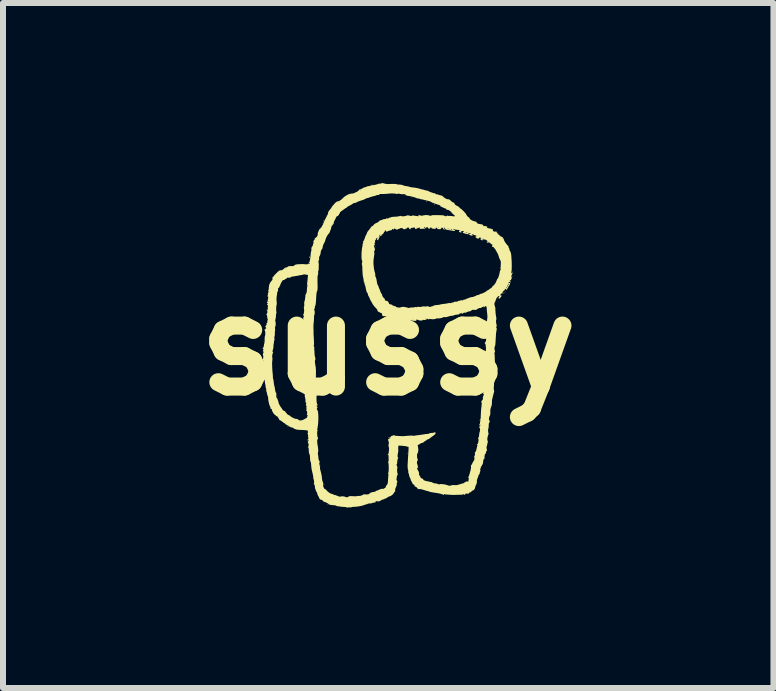
<source format=kicad_pcb>
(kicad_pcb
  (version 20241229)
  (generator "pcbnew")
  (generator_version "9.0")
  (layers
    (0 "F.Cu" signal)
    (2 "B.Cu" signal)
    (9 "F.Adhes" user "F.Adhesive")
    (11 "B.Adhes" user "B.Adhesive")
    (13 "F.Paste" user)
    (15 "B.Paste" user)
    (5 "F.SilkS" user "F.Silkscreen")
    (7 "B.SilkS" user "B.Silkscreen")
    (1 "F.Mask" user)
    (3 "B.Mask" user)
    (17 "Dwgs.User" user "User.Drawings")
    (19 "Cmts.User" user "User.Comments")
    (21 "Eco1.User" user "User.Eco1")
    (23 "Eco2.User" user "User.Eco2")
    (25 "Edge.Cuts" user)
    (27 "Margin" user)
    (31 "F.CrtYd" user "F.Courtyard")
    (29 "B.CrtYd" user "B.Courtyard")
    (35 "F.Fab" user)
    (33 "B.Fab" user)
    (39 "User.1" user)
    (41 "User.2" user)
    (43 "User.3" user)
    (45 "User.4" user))
  (footprint "sussy"
    (layer "F.Cu")
    (at 3.418 2.701)
    (property "Reference" "sussy" (at 0 0 0) (layer "F.SilkS") (effects (font (size 1.524 1.524) (thickness 0.3))))
    (attr board_only exclude_from_pos_files exclude_from_bom)
    (fp_poly (pts (xy -2.071 -0.056) (xy -2.074 -0.053) (xy -2.078 -0.056) (xy -2.074 -0.06)) (stroke (width 0) (type solid)) (fill yes) (layer "F.SilkS"))
    (fp_poly (pts (xy -1.853 0.83) (xy -1.856 0.834) (xy -1.859 0.83) (xy -1.856 0.827)) (stroke (width 0) (type solid)) (fill yes) (layer "F.SilkS"))
    (fp_poly (pts (xy -1.846 0.85) (xy -1.849 0.854) (xy -1.853 0.85) (xy -1.849 0.847)) (stroke (width 0) (type solid)) (fill yes) (layer "F.SilkS"))
    (fp_poly (pts (xy -1.376 -0.877) (xy -1.379 -0.873) (xy -1.383 -0.877) (xy -1.379 -0.88)) (stroke (width 0) (type solid)) (fill yes) (layer "F.SilkS"))
    (fp_poly (pts (xy -1.363 -0.996) (xy -1.366 -0.992) (xy -1.37 -0.996) (xy -1.366 -0.999)) (stroke (width 0) (type solid)) (fill yes) (layer "F.SilkS"))
    (fp_poly (pts (xy -1.356 -1.069) (xy -1.36 -1.065) (xy -1.363 -1.069) (xy -1.36 -1.072)) (stroke (width 0) (type solid)) (fill yes) (layer "F.SilkS"))
    (fp_poly (pts (xy -1.191 0.506) (xy -1.194 0.509) (xy -1.198 0.506) (xy -1.194 0.503)) (stroke (width 0) (type solid)) (fill yes) (layer "F.SilkS"))
    (fp_poly (pts (xy -1.184 0.744) (xy -1.188 0.748) (xy -1.191 0.744) (xy -1.188 0.741)) (stroke (width 0) (type solid)) (fill yes) (layer "F.SilkS"))
    (fp_poly (pts (xy -1.158 1.671) (xy -1.161 1.674) (xy -1.164 1.671) (xy -1.161 1.667)) (stroke (width 0) (type solid)) (fill yes) (layer "F.SilkS"))
    (fp_poly (pts (xy -1.131 -1.962) (xy -1.135 -1.958) (xy -1.138 -1.962) (xy -1.135 -1.965)) (stroke (width 0) (type solid)) (fill yes) (layer "F.SilkS"))
    (fp_poly (pts (xy -1.092 2.193) (xy -1.095 2.197) (xy -1.098 2.193) (xy -1.095 2.19)) (stroke (width 0) (type solid)) (fill yes) (layer "F.SilkS"))
    (fp_poly (pts (xy -1.032 -2.16) (xy -1.035 -2.157) (xy -1.039 -2.16) (xy -1.035 -2.164)) (stroke (width 0) (type solid)) (fill yes) (layer "F.SilkS"))
    (fp_poly (pts (xy -0.992 2.656) (xy -0.996 2.66) (xy -0.999 2.656) (xy -0.996 2.653)) (stroke (width 0) (type solid)) (fill yes) (layer "F.SilkS"))
    (fp_poly (pts (xy -0.437 -1.413) (xy -0.44 -1.409) (xy -0.443 -1.413) (xy -0.44 -1.416)) (stroke (width 0) (type solid)) (fill yes) (layer "F.SilkS"))
    (fp_poly (pts (xy -0.404 -1.042) (xy -0.407 -1.039) (xy -0.41 -1.042) (xy -0.407 -1.045)) (stroke (width 0) (type solid)) (fill yes) (layer "F.SilkS"))
    (fp_poly (pts (xy 0.165 1.935) (xy 0.162 1.939) (xy 0.159 1.935) (xy 0.162 1.932)) (stroke (width 0) (type solid)) (fill yes) (layer "F.SilkS"))
    (fp_poly (pts (xy 0.324 -0.632) (xy 0.321 -0.629) (xy 0.318 -0.632) (xy 0.321 -0.635)) (stroke (width 0) (type solid)) (fill yes) (layer "F.SilkS"))
    (fp_poly (pts (xy 0.39 -2.465) (xy 0.387 -2.461) (xy 0.384 -2.465) (xy 0.387 -2.468)) (stroke (width 0) (type solid)) (fill yes) (layer "F.SilkS"))
    (fp_poly (pts (xy 0.404 -2.458) (xy 0.4 -2.455) (xy 0.397 -2.458) (xy 0.4 -2.461)) (stroke (width 0) (type solid)) (fill yes) (layer "F.SilkS"))
    (fp_poly (pts (xy 0.496 1.823) (xy 0.493 1.826) (xy 0.49 1.823) (xy 0.493 1.819)) (stroke (width 0) (type solid)) (fill yes) (layer "F.SilkS"))
    (fp_poly (pts (xy 0.695 -0.645) (xy 0.691 -0.642) (xy 0.688 -0.645) (xy 0.691 -0.648)) (stroke (width 0) (type solid)) (fill yes) (layer "F.SilkS"))
    (fp_poly (pts (xy 0.754 -2.352) (xy 0.751 -2.349) (xy 0.748 -2.352) (xy 0.751 -2.355)) (stroke (width 0) (type solid)) (fill yes) (layer "F.SilkS"))
    (fp_poly (pts (xy 1.733 -1.942) (xy 1.73 -1.939) (xy 1.727 -1.942) (xy 1.73 -1.945)) (stroke (width 0) (type solid)) (fill yes) (layer "F.SilkS"))
    (fp_poly (pts (xy 1.826 -0.771) (xy 1.823 -0.767) (xy 1.819 -0.771) (xy 1.823 -0.774)) (stroke (width 0) (type solid)) (fill yes) (layer "F.SilkS"))
    (fp_poly (pts (xy 1.866 -1.836) (xy 1.862 -1.833) (xy 1.859 -1.836) (xy 1.862 -1.839)) (stroke (width 0) (type solid)) (fill yes) (layer "F.SilkS"))
    (fp_poly (pts (xy 1.958 -0.903) (xy 1.955 -0.9) (xy 1.952 -0.903) (xy 1.955 -0.906)) (stroke (width 0) (type solid)) (fill yes) (layer "F.SilkS"))
    (fp_poly (pts (xy -1.153 1.756) (xy -1.154 1.759) (xy -1.158 1.76) (xy -1.163 1.758) (xy -1.162 1.756) (xy -1.154 1.755)) (stroke (width 0) (type solid)) (fill yes) (layer "F.SilkS"))
    (fp_poly (pts (xy -1.127 2.007) (xy -1.126 2.015) (xy -1.127 2.016) (xy -1.131 2.015) (xy -1.131 2.011) (xy -1.129 2.006)) (stroke (width 0) (type solid)) (fill yes) (layer "F.SilkS"))
    (fp_poly (pts (xy -1.101 -2.029) (xy -1.1 -2.021) (xy -1.101 -2.02) (xy -1.104 -2.021) (xy -1.105 -2.025) (xy -1.103 -2.03)) (stroke (width 0) (type solid)) (fill yes) (layer "F.SilkS"))
    (fp_poly (pts (xy -1.007 2.649) (xy -1.009 2.652) (xy -1.016 2.653) (xy -1.023 2.651) (xy -1.02 2.649) (xy -1.01 2.648)) (stroke (width 0) (type solid)) (fill yes) (layer "F.SilkS"))
    (fp_poly (pts (xy 1.837 -1.864) (xy 1.836 -1.86) (xy 1.833 -1.859) (xy 1.827 -1.862) (xy 1.828 -1.864) (xy 1.836 -1.864)) (stroke (width 0) (type solid)) (fill yes) (layer "F.SilkS"))
    (fp_poly (pts (xy -1.682 1.346) (xy -1.674 1.352) (xy -1.676 1.356) (xy -1.677 1.356) (xy -1.682 1.352) (xy -1.684 1.349) (xy -1.685 1.344)) (stroke (width 0) (type solid)) (fill yes) (layer "F.SilkS"))
    (fp_poly (pts (xy -0.219 -1.645) (xy -0.212 -1.638) (xy -0.214 -1.634) (xy -0.215 -1.634) (xy -0.22 -1.639) (xy -0.222 -1.642) (xy -0.223 -1.646)) (stroke (width 0) (type solid)) (fill yes) (layer "F.SilkS"))
    (fp_poly (pts (xy 0.638 -2.398) (xy 0.647 -2.392) (xy 0.646 -2.389) (xy 0.642 -2.388) (xy 0.633 -2.393) (xy 0.632 -2.395) (xy 0.633 -2.399)) (stroke (width 0) (type solid)) (fill yes) (layer "F.SilkS"))
    (fp_poly (pts (xy 0.776 -2.344) (xy 0.777 -2.342) (xy 0.78 -2.336) (xy 0.773 -2.338) (xy 0.767 -2.342) (xy 0.762 -2.347) (xy 0.765 -2.349)) (stroke (width 0) (type solid)) (fill yes) (layer "F.SilkS"))
    (fp_poly (pts (xy 1.944 -0.884) (xy 1.951 -0.878) (xy 1.952 -0.876) (xy 1.949 -0.874) (xy 1.942 -0.88) (xy 1.941 -0.881) (xy 1.94 -0.886)) (stroke (width 0) (type solid)) (fill yes) (layer "F.SilkS"))
    (fp_poly (pts (xy 2.063 -1.149) (xy 2.07 -1.142) (xy 2.071 -1.141) (xy 2.068 -1.138) (xy 2.061 -1.144) (xy 2.06 -1.146) (xy 2.06 -1.15)) (stroke (width 0) (type solid)) (fill yes) (layer "F.SilkS"))
    (fp_poly (pts (xy -2.02 -0.598) (xy -2.021 -0.595) (xy -2.028 -0.589) (xy -2.029 -0.589) (xy -2.029 -0.593) (xy -2.028 -0.595) (xy -2.022 -0.602) (xy -2.021 -0.602)) (stroke (width 0) (type solid)) (fill yes) (layer "F.SilkS"))
    (fp_poly (pts (xy -1.305 -1.477) (xy -1.303 -1.47) (xy -1.306 -1.457) (xy -1.31 -1.453) (xy -1.314 -1.458) (xy -1.315 -1.463) (xy -1.313 -1.475) (xy -1.31 -1.479)) (stroke (width 0) (type solid)) (fill yes) (layer "F.SilkS"))
    (fp_poly (pts (xy -1.068 -2.087) (xy -1.072 -2.078) (xy -1.08 -2.062) (xy -1.084 -2.058) (xy -1.085 -2.062) (xy -1.081 -2.072) (xy -1.075 -2.081) (xy -1.068 -2.089)) (stroke (width 0) (type solid)) (fill yes) (layer "F.SilkS"))
    (fp_poly (pts (xy -1.065 2.321) (xy -1.065 2.322) (xy -1.067 2.329) (xy -1.068 2.329) (xy -1.074 2.324) (xy -1.075 2.322) (xy -1.075 2.316) (xy -1.072 2.316)) (stroke (width 0) (type solid)) (fill yes) (layer "F.SilkS"))
    (fp_poly (pts (xy 0.024 1.532) (xy 0.023 1.535) (xy 0.014 1.541) (xy 0.009 1.542) (xy 0.003 1.538) (xy 0.003 1.535) (xy 0.013 1.529) (xy 0.017 1.528)) (stroke (width 0) (type solid)) (fill yes) (layer "F.SilkS"))
    (fp_poly (pts (xy 0.329 1.797) (xy 0.328 1.8) (xy 0.321 1.806) (xy 0.32 1.806) (xy 0.32 1.802) (xy 0.321 1.8) (xy 0.327 1.793) (xy 0.328 1.793)) (stroke (width 0) (type solid)) (fill yes) (layer "F.SilkS"))
    (fp_poly (pts (xy 1.619 0.024) (xy 1.618 0.026) (xy 1.611 0.033) (xy 1.61 0.033) (xy 1.61 0.029) (xy 1.611 0.026) (xy 1.617 0.02) (xy 1.618 0.02)) (stroke (width 0) (type solid)) (fill yes) (layer "F.SilkS"))
    (fp_poly (pts (xy 1.932 -0.875) (xy 1.932 -0.87) (xy 1.928 -0.861) (xy 1.926 -0.86) (xy 1.922 -0.865) (xy 1.923 -0.87) (xy 1.928 -0.879) (xy 1.929 -0.88)) (stroke (width 0) (type solid)) (fill yes) (layer "F.SilkS"))
    (fp_poly (pts (xy 2.073 -1.219) (xy 2.074 -1.217) (xy 2.074 -1.211) (xy 2.072 -1.211) (xy 2.062 -1.216) (xy 2.061 -1.217) (xy 2.061 -1.224) (xy 2.064 -1.224)) (stroke (width 0) (type solid)) (fill yes) (layer "F.SilkS"))
    (fp_poly (pts (xy -0.09 -2.7) (xy -0.045 -2.688) (xy 0.001 -2.684) (xy 0.02 -2.685) (xy 0.048 -2.687) (xy 0.078 -2.687) (xy 0.106 -2.687) (xy 0.127 -2.685) (xy 0.14 -2.682) (xy 0.141 -2.682) (xy 0.15 -2.679) (xy 0.169 -2.677) (xy 0.189 -2.676) (xy 0.214 -2.673) (xy 0.235 -2.669) (xy 0.246 -2.664) (xy 0.261 -2.658) (xy 0.283 -2.653) (xy 0.3 -2.65) (xy 0.324 -2.647) (xy 0.344 -2.642) (xy 0.353 -2.639) (xy 0.368 -2.634) (xy 0.389 -2.63) (xy 0.393 -2.63) (xy 0.459 -2.622) (xy 0.514 -2.61) (xy 0.523 -2.607) (xy 0.547 -2.599) (xy 0.57 -2.594) (xy 0.58 -2.592) (xy 0.597 -2.588) (xy 0.608 -2.584) (xy 0.608 -2.584) (xy 0.619 -2.58) (xy 0.636 -2.577) (xy 0.64 -2.577) (xy 0.662 -2.571) (xy 0.682 -2.561) (xy 0.683 -2.56) (xy 0.699 -2.551) (xy 0.712 -2.547) (xy 0.713 -2.547) (xy 0.727 -2.544) (xy 0.74 -2.538) (xy 0.757 -2.532) (xy 0.768 -2.532) (xy 0.781 -2.53) (xy 0.785 -2.525) (xy 0.794 -2.517) (xy 0.805 -2.514) (xy 0.822 -2.512) (xy 0.842 -2.505) (xy 0.845 -2.504) (xy 0.864 -2.498) (xy 0.882 -2.494) (xy 0.884 -2.494) (xy 0.899 -2.489) (xy 0.916 -2.474) (xy 0.918 -2.472) (xy 0.935 -2.457) (xy 0.956 -2.444) (xy 0.978 -2.434) (xy 0.996 -2.431) (xy 1.002 -2.432) (xy 1.012 -2.43) (xy 1.028 -2.419) (xy 1.042 -2.407) (xy 1.059 -2.392) (xy 1.072 -2.381) (xy 1.079 -2.378) (xy 1.091 -2.376) (xy 1.092 -2.376) (xy 1.099 -2.37) (xy 1.106 -2.356) (xy 1.106 -2.356) (xy 1.115 -2.341) (xy 1.134 -2.328) (xy 1.144 -2.323) (xy 1.165 -2.312) (xy 1.182 -2.299) (xy 1.187 -2.293) (xy 1.197 -2.281) (xy 1.207 -2.276) (xy 1.214 -2.271) (xy 1.228 -2.259) (xy 1.245 -2.243) (xy 1.264 -2.224) (xy 1.281 -2.205) (xy 1.293 -2.19) (xy 1.3 -2.18) (xy 1.3 -2.179) (xy 1.304 -2.169) (xy 1.314 -2.155) (xy 1.326 -2.141) (xy 1.337 -2.132) (xy 1.341 -2.13) (xy 1.349 -2.125) (xy 1.353 -2.117) (xy 1.366 -2.098) (xy 1.39 -2.081) (xy 1.425 -2.067) (xy 1.453 -2.06) (xy 1.465 -2.057) (xy 1.475 -2.051) (xy 1.479 -2.046) (xy 1.476 -2.045) (xy 1.47 -2.042) (xy 1.474 -2.037) (xy 1.485 -2.031) (xy 1.5 -2.024) (xy 1.516 -2.019) (xy 1.529 -2.017) (xy 1.557 -2.014) (xy 1.574 -2.007) (xy 1.583 -1.995) (xy 1.585 -1.992) (xy 1.59 -1.982) (xy 1.6 -1.984) (xy 1.601 -1.985) (xy 1.614 -1.988) (xy 1.618 -1.985) (xy 1.627 -1.98) (xy 1.639 -1.978) (xy 1.65 -1.977) (xy 1.65 -1.972) (xy 1.648 -1.969) (xy 1.645 -1.962) (xy 1.653 -1.955) (xy 1.661 -1.952) (xy 1.68 -1.946) (xy 1.697 -1.944) (xy 1.711 -1.941) (xy 1.717 -1.938) (xy 1.726 -1.933) (xy 1.734 -1.932) (xy 1.744 -1.929) (xy 1.744 -1.92) (xy 1.745 -1.906) (xy 1.756 -1.896) (xy 1.773 -1.891) (xy 1.789 -1.893) (xy 1.801 -1.895) (xy 1.805 -1.892) (xy 1.804 -1.889) (xy 1.805 -1.88) (xy 1.809 -1.879) (xy 1.817 -1.873) (xy 1.822 -1.862) (xy 1.827 -1.85) (xy 1.83 -1.848) (xy 1.836 -1.846) (xy 1.848 -1.836) (xy 1.856 -1.828) (xy 1.876 -1.811) (xy 1.893 -1.805) (xy 1.895 -1.805) (xy 1.907 -1.802) (xy 1.908 -1.796) (xy 1.907 -1.784) (xy 1.911 -1.777) (xy 1.918 -1.779) (xy 1.92 -1.781) (xy 1.924 -1.785) (xy 1.923 -1.778) (xy 1.924 -1.766) (xy 1.931 -1.747) (xy 1.941 -1.726) (xy 1.954 -1.706) (xy 1.958 -1.7) (xy 1.97 -1.686) (xy 1.98 -1.671) (xy 1.99 -1.66) (xy 1.997 -1.657) (xy 1.998 -1.657) (xy 2.002 -1.654) (xy 2.003 -1.643) (xy 2.005 -1.629) (xy 2.009 -1.622) (xy 2.013 -1.617) (xy 2.017 -1.607) (xy 2.02 -1.589) (xy 2.025 -1.576) (xy 2.034 -1.56) (xy 2.035 -1.558) (xy 2.041 -1.545) (xy 2.046 -1.525) (xy 2.05 -1.497) (xy 2.052 -1.469) (xy 2.056 -1.408) (xy 2.058 -1.353) (xy 2.058 -1.306) (xy 2.057 -1.268) (xy 2.055 -1.239) (xy 2.051 -1.222) (xy 2.05 -1.219) (xy 2.047 -1.212) (xy 2.052 -1.211) (xy 2.057 -1.209) (xy 2.051 -1.203) (xy 2.046 -1.199) (xy 2.052 -1.199) (xy 2.056 -1.2) (xy 2.068 -1.199) (xy 2.071 -1.194) (xy 2.067 -1.185) (xy 2.064 -1.184) (xy 2.059 -1.179) (xy 2.058 -1.171) (xy 2.055 -1.159) (xy 2.052 -1.155) (xy 2.05 -1.147) (xy 2.055 -1.133) (xy 2.061 -1.12) (xy 2.059 -1.114) (xy 2.055 -1.113) (xy 2.048 -1.105) (xy 2.048 -1.095) (xy 2.049 -1.084) (xy 2.042 -1.082) (xy 2.038 -1.083) (xy 2.027 -1.083) (xy 2.025 -1.079) (xy 2.029 -1.072) (xy 2.03 -1.072) (xy 2.036 -1.066) (xy 2.039 -1.055) (xy 2.041 -1.043) (xy 2.037 -1.043) (xy 2.03 -1.05) (xy 2.02 -1.057) (xy 2.014 -1.055) (xy 2.011 -1.052) (xy 2.005 -1.04) (xy 2.01 -1.035) (xy 2.018 -1.037) (xy 2.028 -1.037) (xy 2.031 -1.026) (xy 2.031 -1.026) (xy 2.029 -1.015) (xy 2.025 -1.012) (xy 2.019 -1.007) (xy 2.018 -0.999) (xy 2.016 -0.989) (xy 2.012 -0.989) (xy 2.007 -0.986) (xy 2.002 -0.974) (xy 2.001 -0.973) (xy 1.997 -0.959) (xy 1.992 -0.953) (xy 1.992 -0.953) (xy 1.986 -0.947) (xy 1.982 -0.935) (xy 1.978 -0.924) (xy 1.973 -0.923) (xy 1.966 -0.929) (xy 1.952 -0.938) (xy 1.943 -0.938) (xy 1.941 -0.93) (xy 1.942 -0.926) (xy 1.942 -0.915) (xy 1.936 -0.913) (xy 1.927 -0.909) (xy 1.916 -0.899) (xy 1.907 -0.888) (xy 1.903 -0.878) (xy 1.905 -0.875) (xy 1.909 -0.869) (xy 1.909 -0.866) (xy 1.9 -0.863) (xy 1.896 -0.864) (xy 1.886 -0.862) (xy 1.877 -0.853) (xy 1.871 -0.84) (xy 1.87 -0.829) (xy 1.875 -0.824) (xy 1.882 -0.827) (xy 1.889 -0.829) (xy 1.89 -0.824) (xy 1.887 -0.815) (xy 1.885 -0.814) (xy 1.879 -0.808) (xy 1.876 -0.801) (xy 1.866 -0.788) (xy 1.859 -0.784) (xy 1.85 -0.778) (xy 1.85 -0.773) (xy 1.85 -0.769) (xy 1.847 -0.77) (xy 1.84 -0.781) (xy 1.84 -0.795) (xy 1.846 -0.806) (xy 1.851 -0.809) (xy 1.859 -0.812) (xy 1.854 -0.815) (xy 1.85 -0.817) (xy 1.84 -0.818) (xy 1.828 -0.811) (xy 1.816 -0.798) (xy 1.803 -0.782) (xy 1.797 -0.768) (xy 1.797 -0.764) (xy 1.797 -0.756) (xy 1.793 -0.754) (xy 1.788 -0.75) (xy 1.788 -0.745) (xy 1.787 -0.733) (xy 1.784 -0.728) (xy 1.777 -0.719) (xy 1.776 -0.716) (xy 1.773 -0.707) (xy 1.77 -0.699) (xy 1.769 -0.683) (xy 1.774 -0.658) (xy 1.778 -0.644) (xy 1.784 -0.623) (xy 1.787 -0.608) (xy 1.785 -0.602) (xy 1.785 -0.602) (xy 1.782 -0.598) (xy 1.783 -0.595) (xy 1.786 -0.585) (xy 1.787 -0.567) (xy 1.787 -0.557) (xy 1.789 -0.534) (xy 1.792 -0.505) (xy 1.797 -0.48) (xy 1.801 -0.453) (xy 1.802 -0.434) (xy 1.8 -0.427) (xy 1.797 -0.417) (xy 1.796 -0.399) (xy 1.797 -0.38) (xy 1.799 -0.365) (xy 1.802 -0.36) (xy 1.803 -0.351) (xy 1.802 -0.346) (xy 1.803 -0.334) (xy 1.807 -0.331) (xy 1.812 -0.325) (xy 1.807 -0.316) (xy 1.805 -0.313) (xy 1.798 -0.302) (xy 1.801 -0.292) (xy 1.803 -0.289) (xy 1.808 -0.276) (xy 1.807 -0.257) (xy 1.805 -0.25) (xy 1.801 -0.23) (xy 1.798 -0.207) (xy 1.795 -0.178) (xy 1.793 -0.142) (xy 1.79 -0.096) (xy 1.789 -0.073) (xy 1.787 -0.041) (xy 1.785 -0.014) (xy 1.782 0.005) (xy 1.779 0.013) (xy 1.779 0.014) (xy 1.775 0.021) (xy 1.772 0.037) (xy 1.77 0.054) (xy 1.77 0.07) (xy 1.772 0.079) (xy 1.773 0.079) (xy 1.777 0.085) (xy 1.778 0.098) (xy 1.777 0.112) (xy 1.774 0.122) (xy 1.773 0.123) (xy 1.769 0.131) (xy 1.77 0.141) (xy 1.772 0.154) (xy 1.774 0.175) (xy 1.775 0.201) (xy 1.775 0.228) (xy 1.776 0.253) (xy 1.775 0.271) (xy 1.774 0.281) (xy 1.774 0.282) (xy 1.771 0.29) (xy 1.769 0.306) (xy 1.769 0.325) (xy 1.769 0.343) (xy 1.77 0.355) (xy 1.772 0.357) (xy 1.776 0.363) (xy 1.775 0.376) (xy 1.771 0.39) (xy 1.763 0.421) (xy 1.765 0.445) (xy 1.769 0.453) (xy 1.775 0.469) (xy 1.776 0.493) (xy 1.776 0.507) (xy 1.773 0.537) (xy 1.771 0.568) (xy 1.771 0.582) (xy 1.769 0.605) (xy 1.766 0.623) (xy 1.764 0.63) (xy 1.761 0.642) (xy 1.762 0.647) (xy 1.763 0.656) (xy 1.762 0.674) (xy 1.76 0.689) (xy 1.758 0.729) (xy 1.762 0.75) (xy 1.766 0.77) (xy 1.763 0.785) (xy 1.761 0.788) (xy 1.755 0.805) (xy 1.753 0.817) (xy 1.751 0.83) (xy 1.748 0.836) (xy 1.744 0.845) (xy 1.742 0.86) (xy 1.742 0.86) (xy 1.739 0.877) (xy 1.735 0.889) (xy 1.732 0.899) (xy 1.729 0.918) (xy 1.728 0.942) (xy 1.728 0.943) (xy 1.727 0.971) (xy 1.725 0.991) (xy 1.723 1.005) (xy 1.718 1.019) (xy 1.712 1.035) (xy 1.704 1.06) (xy 1.701 1.094) (xy 1.701 1.113) (xy 1.701 1.138) (xy 1.699 1.158) (xy 1.697 1.169) (xy 1.696 1.17) (xy 1.69 1.179) (xy 1.684 1.195) (xy 1.682 1.203) (xy 1.678 1.225) (xy 1.68 1.242) (xy 1.685 1.254) (xy 1.692 1.269) (xy 1.692 1.278) (xy 1.685 1.287) (xy 1.678 1.298) (xy 1.675 1.317) (xy 1.674 1.344) (xy 1.673 1.366) (xy 1.671 1.383) (xy 1.669 1.389) (xy 1.668 1.389) (xy 1.665 1.395) (xy 1.664 1.41) (xy 1.664 1.43) (xy 1.666 1.45) (xy 1.67 1.467) (xy 1.67 1.468) (xy 1.672 1.481) (xy 1.669 1.488) (xy 1.665 1.496) (xy 1.66 1.513) (xy 1.655 1.533) (xy 1.651 1.559) (xy 1.651 1.577) (xy 1.655 1.591) (xy 1.655 1.591) (xy 1.66 1.608) (xy 1.656 1.627) (xy 1.655 1.63) (xy 1.65 1.649) (xy 1.647 1.666) (xy 1.647 1.666) (xy 1.645 1.678) (xy 1.642 1.681) (xy 1.639 1.686) (xy 1.638 1.7) (xy 1.639 1.718) (xy 1.642 1.735) (xy 1.644 1.743) (xy 1.645 1.756) (xy 1.639 1.763) (xy 1.63 1.776) (xy 1.628 1.789) (xy 1.626 1.802) (xy 1.622 1.806) (xy 1.615 1.812) (xy 1.609 1.827) (xy 1.605 1.846) (xy 1.603 1.864) (xy 1.604 1.872) (xy 1.606 1.887) (xy 1.601 1.892) (xy 1.599 1.892) (xy 1.595 1.893) (xy 1.591 1.898) (xy 1.588 1.908) (xy 1.584 1.926) (xy 1.579 1.955) (xy 1.577 1.97) (xy 1.573 1.985) (xy 1.568 1.991) (xy 1.567 1.992) (xy 1.562 1.997) (xy 1.561 2.001) (xy 1.557 2.012) (xy 1.552 2.018) (xy 1.544 2.031) (xy 1.542 2.041) (xy 1.539 2.054) (xy 1.535 2.059) (xy 1.531 2.066) (xy 1.534 2.079) (xy 1.537 2.094) (xy 1.532 2.104) (xy 1.531 2.104) (xy 1.525 2.117) (xy 1.526 2.127) (xy 1.525 2.141) (xy 1.52 2.145) (xy 1.513 2.153) (xy 1.505 2.17) (xy 1.502 2.178) (xy 1.495 2.201) (xy 1.486 2.222) (xy 1.484 2.227) (xy 1.477 2.252) (xy 1.477 2.273) (xy 1.476 2.297) (xy 1.467 2.319) (xy 1.464 2.324) (xy 1.455 2.344) (xy 1.449 2.364) (xy 1.449 2.368) (xy 1.444 2.386) (xy 1.433 2.404) (xy 1.419 2.417) (xy 1.407 2.422) (xy 1.396 2.427) (xy 1.385 2.439) (xy 1.373 2.451) (xy 1.362 2.453) (xy 1.351 2.455) (xy 1.347 2.463) (xy 1.343 2.471) (xy 1.334 2.474) (xy 1.317 2.473) (xy 1.316 2.473) (xy 1.298 2.471) (xy 1.289 2.474) (xy 1.285 2.482) (xy 1.28 2.493) (xy 1.271 2.492) (xy 1.265 2.486) (xy 1.256 2.482) (xy 1.252 2.485) (xy 1.243 2.488) (xy 1.225 2.491) (xy 1.201 2.492) (xy 1.194 2.492) (xy 1.165 2.493) (xy 1.137 2.493) (xy 1.116 2.494) (xy 1.115 2.494) (xy 1.093 2.495) (xy 1.064 2.494) (xy 1.031 2.492) (xy 0.998 2.49) (xy 0.969 2.488) (xy 0.948 2.485) (xy 0.942 2.484) (xy 0.93 2.482) (xy 0.929 2.486) (xy 0.929 2.487) (xy 0.928 2.493) (xy 0.923 2.494) (xy 0.914 2.491) (xy 0.913 2.489) (xy 0.907 2.486) (xy 0.891 2.481) (xy 0.869 2.475) (xy 0.843 2.469) (xy 0.816 2.464) (xy 0.792 2.46) (xy 0.777 2.458) (xy 0.748 2.454) (xy 0.72 2.449) (xy 0.697 2.444) (xy 0.685 2.44) (xy 0.67 2.434) (xy 0.662 2.432) (xy 0.651 2.43) (xy 0.632 2.424) (xy 0.606 2.417) (xy 0.593 2.412) (xy 0.558 2.402) (xy 0.531 2.397) (xy 0.509 2.397) (xy 0.503 2.397) (xy 0.488 2.398) (xy 0.483 2.398) (xy 0.485 2.396) (xy 0.494 2.391) (xy 0.491 2.385) (xy 0.487 2.381) (xy 0.47 2.366) (xy 0.458 2.358) (xy 0.449 2.356) (xy 0.446 2.355) (xy 0.44 2.352) (xy 0.44 2.348) (xy 0.44 2.339) (xy 0.431 2.327) (xy 0.42 2.318) (xy 0.412 2.316) (xy 0.406 2.313) (xy 0.406 2.31) (xy 0.405 2.301) (xy 0.398 2.288) (xy 0.397 2.288) (xy 0.389 2.275) (xy 0.388 2.267) (xy 0.388 2.267) (xy 0.388 2.263) (xy 0.385 2.263) (xy 0.379 2.257) (xy 0.377 2.25) (xy 0.374 2.236) (xy 0.366 2.217) (xy 0.364 2.213) (xy 0.354 2.191) (xy 0.347 2.165) (xy 0.347 2.162) (xy 0.342 2.142) (xy 0.337 2.128) (xy 0.336 2.126) (xy 0.332 2.113) (xy 0.334 2.101) (xy 0.335 2.088) (xy 0.333 2.084) (xy 0.329 2.078) (xy 0.326 2.062) (xy 0.324 2.04) (xy 0.323 2.016) (xy 0.323 2.005) (xy 0.323 1.989) (xy 0.325 1.96) (xy 0.327 1.921) (xy 0.33 1.871) (xy 0.334 1.811) (xy 0.334 1.806) (xy 0.337 1.764) (xy 0.339 1.734) (xy 0.339 1.713) (xy 0.339 1.7) (xy 0.337 1.694) (xy 0.334 1.692) (xy 0.33 1.692) (xy 0.328 1.692) (xy 0.316 1.692) (xy 0.312 1.689) (xy 0.304 1.685) (xy 0.286 1.682) (xy 0.26 1.679) (xy 0.24 1.677) (xy 0.173 1.672) (xy 0.168 1.69) (xy 0.166 1.708) (xy 0.167 1.731) (xy 0.167 1.738) (xy 0.168 1.762) (xy 0.166 1.784) (xy 0.164 1.789) (xy 0.158 1.816) (xy 0.156 1.842) (xy 0.157 1.862) (xy 0.163 1.873) (xy 0.168 1.88) (xy 0.163 1.889) (xy 0.161 1.891) (xy 0.154 1.904) (xy 0.154 1.913) (xy 0.155 1.923) (xy 0.152 1.925) (xy 0.15 1.931) (xy 0.149 1.946) (xy 0.149 1.952) (xy 0.149 1.968) (xy 0.146 1.978) (xy 0.145 1.978) (xy 0.14 1.984) (xy 0.14 1.996) (xy 0.144 2.011) (xy 0.149 2.021) (xy 0.155 2.034) (xy 0.152 2.041) (xy 0.15 2.051) (xy 0.148 2.069) (xy 0.148 2.091) (xy 0.15 2.113) (xy 0.152 2.129) (xy 0.155 2.135) (xy 0.159 2.147) (xy 0.157 2.161) (xy 0.151 2.171) (xy 0.149 2.172) (xy 0.142 2.181) (xy 0.143 2.186) (xy 0.144 2.199) (xy 0.14 2.217) (xy 0.14 2.217) (xy 0.136 2.235) (xy 0.14 2.248) (xy 0.142 2.252) (xy 0.15 2.267) (xy 0.152 2.281) (xy 0.148 2.289) (xy 0.146 2.289) (xy 0.142 2.295) (xy 0.143 2.308) (xy 0.143 2.309) (xy 0.143 2.328) (xy 0.134 2.354) (xy 0.129 2.364) (xy 0.118 2.392) (xy 0.115 2.413) (xy 0.116 2.417) (xy 0.116 2.434) (xy 0.106 2.446) (xy 0.096 2.457) (xy 0.093 2.464) (xy 0.088 2.473) (xy 0.076 2.486) (xy 0.06 2.499) (xy 0.046 2.51) (xy 0.035 2.514) (xy 0.035 2.514) (xy 0.022 2.518) (xy 0.004 2.526) (xy -0.015 2.537) (xy -0.025 2.546) (xy -0.039 2.553) (xy -0.046 2.554) (xy -0.058 2.557) (xy -0.061 2.561) (xy -0.069 2.567) (xy -0.084 2.57) (xy -0.086 2.571) (xy -0.102 2.574) (xy -0.111 2.579) (xy -0.111 2.58) (xy -0.119 2.586) (xy -0.123 2.587) (xy -0.131 2.59) (xy -0.132 2.593) (xy -0.138 2.597) (xy -0.152 2.601) (xy -0.17 2.602) (xy -0.186 2.602) (xy -0.196 2.599) (xy -0.205 2.598) (xy -0.21 2.604) (xy -0.209 2.613) (xy -0.213 2.617) (xy -0.226 2.621) (xy -0.241 2.624) (xy -0.261 2.627) (xy -0.275 2.631) (xy -0.278 2.634) (xy -0.284 2.637) (xy -0.297 2.637) (xy -0.299 2.636) (xy -0.327 2.638) (xy -0.341 2.643) (xy -0.357 2.65) (xy -0.369 2.653) (xy -0.37 2.653) (xy -0.381 2.656) (xy -0.398 2.662) (xy -0.399 2.662) (xy -0.433 2.674) (xy -0.476 2.683) (xy -0.522 2.69) (xy -0.567 2.693) (xy -0.584 2.694) (xy -0.601 2.695) (xy -0.611 2.699) (xy -0.612 2.7) (xy -0.621 2.703) (xy -0.64 2.703) (xy -0.646 2.702) (xy -0.668 2.701) (xy -0.68 2.704) (xy -0.681 2.706) (xy -0.687 2.71) (xy -0.689 2.705) (xy -0.697 2.7) (xy -0.715 2.696) (xy -0.738 2.695) (xy -0.766 2.693) (xy -0.793 2.69) (xy -0.81 2.687) (xy -0.828 2.684) (xy -0.84 2.683) (xy -0.841 2.684) (xy -0.85 2.683) (xy -0.862 2.677) (xy -0.878 2.67) (xy -0.903 2.666) (xy -0.922 2.665) (xy -0.944 2.663) (xy -0.96 2.661) (xy -0.966 2.658) (xy -0.966 2.658) (xy -0.971 2.656) (xy -0.975 2.657) (xy -0.985 2.655) (xy -0.988 2.651) (xy -0.995 2.644) (xy -1.011 2.634) (xy -1.031 2.623) (xy -1.051 2.614) (xy -1.067 2.609) (xy -1.073 2.609) (xy -1.081 2.605) (xy -1.081 2.601) (xy -1.087 2.592) (xy -1.1 2.582) (xy -1.116 2.575) (xy -1.124 2.574) (xy -1.136 2.568) (xy -1.146 2.556) (xy -1.151 2.542) (xy -1.155 2.531) (xy -1.164 2.516) (xy -1.165 2.515) (xy -1.176 2.495) (xy -1.181 2.476) (xy -1.181 2.476) (xy -1.186 2.457) (xy -1.193 2.445) (xy -1.202 2.433) (xy -1.204 2.426) (xy -1.207 2.415) (xy -1.214 2.399) (xy -1.214 2.399) (xy -1.221 2.378) (xy -1.221 2.362) (xy -1.221 2.344) (xy -1.227 2.336) (xy -1.233 2.325) (xy -1.233 2.319) (xy -1.234 2.309) (xy -1.237 2.306) (xy -1.241 2.299) (xy -1.237 2.292) (xy -1.233 2.278) (xy -1.234 2.271) (xy -1.238 2.257) (xy -1.238 2.251) (xy -1.24 2.238) (xy -1.244 2.233) (xy -1.249 2.219) (xy -1.248 2.211) (xy -1.248 2.2) (xy -1.251 2.179) (xy -1.256 2.152) (xy -1.261 2.133) (xy -1.269 2.101) (xy -1.276 2.068) (xy -1.28 2.041) (xy -1.281 2.031) (xy -1.283 2.006) (xy -1.285 1.984) (xy -1.286 1.975) (xy -1.288 1.958) (xy -1.29 1.946) (xy -1.293 1.94) (xy -1.295 1.941) (xy -1.298 1.937) (xy -1.3 1.922) (xy -1.301 1.903) (xy -1.303 1.873) (xy -1.305 1.846) (xy -1.309 1.824) (xy -1.313 1.81) (xy -1.316 1.806) (xy -1.319 1.802) (xy -1.321 1.788) (xy -1.323 1.763) (xy -1.325 1.727) (xy -1.326 1.722) (xy -1.329 1.705) (xy -1.336 1.7) (xy -1.342 1.699) (xy -1.336 1.694) (xy -1.335 1.693) (xy -1.328 1.682) (xy -1.325 1.664) (xy -1.328 1.644) (xy -1.334 1.627) (xy -1.336 1.624) (xy -1.341 1.615) (xy -1.336 1.604) (xy -1.334 1.602) (xy -1.325 1.589) (xy -1.326 1.583) (xy -1.336 1.585) (xy -1.347 1.585) (xy -1.349 1.579) (xy -1.341 1.573) (xy -1.339 1.572) (xy -1.333 1.566) (xy -1.331 1.554) (xy -1.332 1.54) (xy -1.335 1.517) (xy -1.336 1.497) (xy -1.336 1.493) (xy -1.338 1.48) (xy -1.344 1.479) (xy -1.345 1.479) (xy -1.35 1.481) (xy -1.345 1.475) (xy -1.345 1.475) (xy -1.338 1.46) (xy -1.337 1.441) (xy -1.342 1.424) (xy -1.342 1.424) (xy -1.352 1.42) (xy -1.374 1.416) (xy -1.41 1.414) (xy -1.426 1.413) (xy -1.459 1.412) (xy -1.488 1.41) (xy -1.511 1.408) (xy -1.523 1.407) (xy -1.545 1.4) (xy -1.565 1.392) (xy -1.581 1.383) (xy -1.588 1.376) (xy -1.588 1.376) (xy -1.593 1.372) (xy -1.6 1.373) (xy -1.614 1.371) (xy -1.628 1.364) (xy -1.642 1.356) (xy -1.652 1.355) (xy -1.66 1.352) (xy -1.661 1.347) (xy -1.666 1.338) (xy -1.674 1.336) (xy -1.685 1.334) (xy -1.687 1.33) (xy -1.693 1.325) (xy -1.7 1.323) (xy -1.711 1.319) (xy -1.714 1.314) (xy -1.719 1.305) (xy -1.729 1.3) (xy -1.744 1.292) (xy -1.759 1.279) (xy -1.76 1.279) (xy -1.778 1.265) (xy -1.798 1.253) (xy -1.812 1.246) (xy -1.817 1.239) (xy -1.817 1.238) (xy -1.818 1.23) (xy -1.827 1.217) (xy -1.829 1.215) (xy -1.838 1.203) (xy -1.842 1.196) (xy -1.841 1.195) (xy -1.844 1.19) (xy -1.851 1.185) (xy -1.863 1.181) (xy -1.868 1.182) (xy -1.872 1.181) (xy -1.872 1.175) (xy -1.876 1.166) (xy -1.879 1.164) (xy -1.888 1.16) (xy -1.898 1.153) (xy -1.908 1.14) (xy -1.919 1.123) (xy -1.929 1.105) (xy -1.936 1.09) (xy -1.939 1.08) (xy -1.937 1.078) (xy -1.935 1.075) (xy -1.939 1.069) (xy -1.95 1.06) (xy -1.956 1.059) (xy -1.963 1.055) (xy -1.962 1.052) (xy -1.961 1.042) (xy -1.964 1.034) (xy -1.981 0.992) (xy -1.993 0.943) (xy -2 0.895) (xy -2 0.883) (xy -2.002 0.863) (xy -2.008 0.846) (xy -2.009 0.844) (xy -2.016 0.827) (xy -2.018 0.811) (xy -2.022 0.79) (xy -2.028 0.774) (xy -2.033 0.755) (xy -2.033 0.739) (xy -2.032 0.726) (xy -2.035 0.721) (xy -2.039 0.715) (xy -2.042 0.701) (xy -2.042 0.695) (xy -2.044 0.674) (xy -2.047 0.659) (xy -2.048 0.657) (xy -2.051 0.643) (xy -2.054 0.623) (xy -2.055 0.613) (xy -2.057 0.593) (xy -2.062 0.579) (xy -2.065 0.575) (xy -2.068 0.569) (xy -2.065 0.566) (xy -2.062 0.558) (xy -2.061 0.543) (xy -2.062 0.526) (xy -2.065 0.513) (xy -2.067 0.511) (xy -2.067 0.504) (xy -2.065 0.489) (xy -2.064 0.485) (xy -2.061 0.47) (xy -2.063 0.464) (xy -2.071 0.465) (xy -2.08 0.466) (xy -2.079 0.459) (xy -2.078 0.457) (xy -2.075 0.446) (xy -2.073 0.428) (xy -2.073 0.409) (xy -2.074 0.393) (xy -2.076 0.384) (xy -2.077 0.384) (xy -2.079 0.378) (xy -2.079 0.364) (xy -2.079 0.361) (xy -2.079 0.345) (xy -2.082 0.338) (xy -2.083 0.337) (xy -2.087 0.332) (xy -2.084 0.317) (xy -2.082 0.303) (xy -1.935 0.303) (xy -1.934 0.328) (xy -1.933 0.367) (xy -1.931 0.404) (xy -1.929 0.434) (xy -1.927 0.456) (xy -1.926 0.468) (xy -1.926 0.47) (xy -1.924 0.478) (xy -1.923 0.495) (xy -1.922 0.517) (xy -1.921 0.54) (xy -1.918 0.559) (xy -1.916 0.569) (xy -1.912 0.58) (xy -1.909 0.599) (xy -1.908 0.611) (xy -1.904 0.646) (xy -1.9 0.669) (xy -1.896 0.68) (xy -1.894 0.69) (xy -1.89 0.707) (xy -1.889 0.715) (xy -1.884 0.752) (xy -1.877 0.778) (xy -1.871 0.792) (xy -1.867 0.794) (xy -1.865 0.8) (xy -1.864 0.815) (xy -1.865 0.832) (xy -1.865 0.857) (xy -1.862 0.872) (xy -1.856 0.88) (xy -1.848 0.89) (xy -1.846 0.896) (xy -1.843 0.906) (xy -1.836 0.922) (xy -1.836 0.923) (xy -1.83 0.938) (xy -1.828 0.949) (xy -1.829 0.95) (xy -1.827 0.96) (xy -1.82 0.978) (xy -1.809 1) (xy -1.796 1.022) (xy -1.783 1.04) (xy -1.782 1.041) (xy -1.77 1.058) (xy -1.761 1.074) (xy -1.76 1.076) (xy -1.749 1.088) (xy -1.734 1.094) (xy -1.719 1.1) (xy -1.714 1.108) (xy -1.709 1.12) (xy -1.705 1.123) (xy -1.695 1.132) (xy -1.684 1.146) (xy -1.684 1.146) (xy -1.672 1.159) (xy -1.66 1.164) (xy -1.66 1.164) (xy -1.647 1.169) (xy -1.632 1.18) (xy -1.629 1.184) (xy -1.613 1.196) (xy -1.592 1.208) (xy -1.568 1.219) (xy -1.545 1.227) (xy -1.529 1.229) (xy -1.525 1.228) (xy -1.513 1.229) (xy -1.503 1.237) (xy -1.49 1.247) (xy -1.481 1.252) (xy -1.463 1.254) (xy -1.439 1.251) (xy -1.415 1.242) (xy -1.398 1.233) (xy -1.382 1.223) (xy -1.369 1.218) (xy -1.367 1.217) (xy -1.358 1.213) (xy -1.356 1.209) (xy -1.353 1.198) (xy -1.346 1.182) (xy -1.346 1.182) (xy -1.34 1.169) (xy -1.341 1.165) (xy -1.35 1.166) (xy -1.35 1.166) (xy -1.359 1.167) (xy -1.357 1.162) (xy -1.353 1.151) (xy -1.351 1.133) (xy -1.351 1.114) (xy -1.354 1.099) (xy -1.359 1.092) (xy -1.36 1.092) (xy -1.369 1.088) (xy -1.367 1.079) (xy -1.363 1.075) (xy -1.357 1.066) (xy -1.356 1.061) (xy -1.36 1.055) (xy -1.364 1.056) (xy -1.368 1.055) (xy -1.366 1.045) (xy -1.36 1.023) (xy -1.358 1.012) (xy -1.359 1.008) (xy -1.363 1.009) (xy -1.365 1.009) (xy -1.371 1.007) (xy -1.373 0.998) (xy -1.369 0.984) (xy -1.368 0.981) (xy -1.366 0.971) (xy -1.369 0.959) (xy -1.375 0.953) (xy -1.375 0.953) (xy -1.378 0.947) (xy -1.379 0.932) (xy -1.379 0.921) (xy -1.379 0.901) (xy -1.382 0.885) (xy -1.384 0.882) (xy -1.387 0.871) (xy -1.39 0.852) (xy -1.391 0.826) (xy -1.391 0.817) (xy -1.391 0.79) (xy -1.392 0.773) (xy -1.394 0.766) (xy -1.399 0.765) (xy -1.4 0.765) (xy -1.408 0.766) (xy -1.407 0.76) (xy -1.398 0.744) (xy -1.398 0.743) (xy -1.391 0.731) (xy -1.392 0.724) (xy -1.399 0.717) (xy -1.407 0.705) (xy -1.407 0.697) (xy -1.407 0.684) (xy -1.413 0.675) (xy -1.419 0.663) (xy -1.416 0.659) (xy -1.411 0.649) (xy -1.409 0.632) (xy -1.411 0.614) (xy -1.415 0.6) (xy -1.417 0.597) (xy -1.421 0.588) (xy -1.417 0.58) (xy -1.412 0.566) (xy -1.412 0.546) (xy -1.412 0.545) (xy -1.415 0.521) (xy -1.418 0.495) (xy -1.419 0.49) (xy -1.422 0.471) (xy -1.427 0.459) (xy -1.429 0.456) (xy -1.432 0.45) (xy -1.424 0.442) (xy -1.418 0.436) (xy -1.414 0.427) (xy -1.414 0.413) (xy -1.416 0.391) (xy -1.418 0.375) (xy -1.423 0.359) (xy -1.429 0.351) (xy -1.432 0.345) (xy -1.427 0.338) (xy -1.42 0.328) (xy -1.418 0.316) (xy -1.42 0.306) (xy -1.423 0.304) (xy -1.426 0.299) (xy -1.425 0.288) (xy -1.421 0.275) (xy -1.417 0.27) (xy -1.41 0.257) (xy -1.411 0.243) (xy -1.418 0.236) (xy -1.422 0.231) (xy -1.418 0.227) (xy -1.412 0.217) (xy -1.407 0.201) (xy -1.406 0.197) (xy -1.404 0.181) (xy -1.406 0.173) (xy -1.413 0.172) (xy -1.421 0.17) (xy -1.417 0.164) (xy -1.411 0.153) (xy -1.41 0.14) (xy -1.414 0.133) (xy -1.417 0.132) (xy -1.42 0.129) (xy -1.414 0.121) (xy -1.408 0.109) (xy -1.405 0.096) (xy -1.406 0.087) (xy -1.409 0.086) (xy -1.413 0.081) (xy -1.412 0.068) (xy -1.411 0.063) (xy -1.403 0.063) (xy -1.399 0.066) (xy -1.396 0.063) (xy -1.399 0.06) (xy -1.403 0.063) (xy -1.411 0.063) (xy -1.409 0.054) (xy -1.404 0.045) (xy -1.399 0.032) (xy -1.402 0.017) (xy -1.405 -0.002) (xy -1.401 -0.013) (xy -1.396 -0.028) (xy -1.4 -0.038) (xy -1.404 -0.055) (xy -1.402 -0.062) (xy -1.399 -0.071) (xy -1.402 -0.073) (xy -1.406 -0.078) (xy -1.403 -0.089) (xy -1.4 -0.104) (xy -1.4 -0.123) (xy -1.403 -0.14) (xy -1.408 -0.15) (xy -1.411 -0.152) (xy -1.414 -0.158) (xy -1.413 -0.172) (xy -1.408 -0.192) (xy -1.403 -0.207) (xy -1.399 -0.223) (xy -1.4 -0.233) (xy -1.405 -0.248) (xy -1.409 -0.275) (xy -1.41 -0.304) (xy -1.246 -0.304) (xy -1.245 -0.271) (xy -1.245 -0.268) (xy -1.244 -0.241) (xy -1.244 -0.218) (xy -1.244 -0.203) (xy -1.244 -0.202) (xy -1.244 -0.19) (xy -1.243 -0.169) (xy -1.241 -0.14) (xy -1.239 -0.106) (xy -1.239 -0.099) (xy -1.237 -0.058) (xy -1.236 -0.029) (xy -1.237 -0.011) (xy -1.24 -0.004) (xy -1.243 0.002) (xy -1.239 0.004) (xy -1.234 0.011) (xy -1.238 0.02) (xy -1.241 0.03) (xy -1.234 0.033) (xy -1.233 0.033) (xy -1.226 0.035) (xy -1.228 0.038) (xy -1.233 0.048) (xy -1.233 0.063) (xy -1.231 0.079) (xy -1.229 0.104) (xy -1.228 0.131) (xy -1.228 0.134) (xy -1.226 0.158) (xy -1.224 0.178) (xy -1.222 0.189) (xy -1.222 0.19) (xy -1.216 0.206) (xy -1.213 0.226) (xy -1.215 0.243) (xy -1.218 0.248) (xy -1.222 0.263) (xy -1.221 0.283) (xy -1.218 0.305) (xy -1.215 0.326) (xy -1.215 0.328) (xy -1.213 0.343) (xy -1.211 0.351) (xy -1.209 0.36) (xy -1.207 0.377) (xy -1.206 0.4) (xy -1.204 0.423) (xy -1.204 0.441) (xy -1.204 0.447) (xy -1.205 0.499) (xy -1.206 0.539) (xy -1.205 0.57) (xy -1.203 0.593) (xy -1.2 0.609) (xy -1.196 0.621) (xy -1.195 0.622) (xy -1.187 0.641) (xy -1.185 0.651) (xy -1.19 0.655) (xy -1.193 0.655) (xy -1.198 0.661) (xy -1.201 0.677) (xy -1.203 0.699) (xy -1.204 0.725) (xy -1.202 0.751) (xy -1.2 0.773) (xy -1.195 0.788) (xy -1.195 0.789) (xy -1.189 0.801) (xy -1.19 0.807) (xy -1.19 0.807) (xy -1.192 0.813) (xy -1.194 0.83) (xy -1.194 0.855) (xy -1.195 0.885) (xy -1.194 0.922) (xy -1.192 0.948) (xy -1.189 0.967) (xy -1.184 0.981) (xy -1.182 0.985) (xy -1.175 0.999) (xy -1.174 1.005) (xy -1.18 1.004) (xy -1.191 1.003) (xy -1.194 1.01) (xy -1.188 1.022) (xy -1.186 1.024) (xy -1.178 1.034) (xy -1.18 1.042) (xy -1.182 1.044) (xy -1.19 1.059) (xy -1.186 1.075) (xy -1.18 1.082) (xy -1.175 1.09) (xy -1.171 1.105) (xy -1.168 1.128) (xy -1.165 1.161) (xy -1.164 1.206) (xy -1.164 1.207) (xy -1.164 1.236) (xy -1.166 1.27) (xy -1.168 1.306) (xy -1.172 1.34) (xy -1.176 1.367) (xy -1.179 1.385) (xy -1.183 1.402) (xy -1.182 1.412) (xy -1.177 1.416) (xy -1.172 1.421) (xy -1.176 1.422) (xy -1.181 1.428) (xy -1.183 1.444) (xy -1.184 1.466) (xy -1.183 1.49) (xy -1.18 1.514) (xy -1.176 1.533) (xy -1.173 1.541) (xy -1.169 1.554) (xy -1.172 1.562) (xy -1.175 1.564) (xy -1.18 1.572) (xy -1.183 1.585) (xy -1.183 1.608) (xy -1.182 1.618) (xy -1.18 1.646) (xy -1.176 1.673) (xy -1.172 1.69) (xy -1.169 1.71) (xy -1.167 1.736) (xy -1.167 1.763) (xy -1.169 1.786) (xy -1.172 1.802) (xy -1.173 1.805) (xy -1.174 1.813) (xy -1.172 1.815) (xy -1.169 1.823) (xy -1.167 1.84) (xy -1.165 1.857) (xy -1.163 1.885) (xy -1.158 1.909) (xy -1.152 1.925) (xy -1.145 1.932) (xy -1.144 1.932) (xy -1.141 1.937) (xy -1.144 1.952) (xy -1.147 1.958) (xy -1.148 1.97) (xy -1.145 1.989) (xy -1.142 2.004) (xy -1.137 2.026) (xy -1.136 2.043) (xy -1.136 2.049) (xy -1.136 2.06) (xy -1.132 2.078) (xy -1.128 2.092) (xy -1.117 2.133) (xy -1.108 2.18) (xy -1.103 2.227) (xy -1.102 2.234) (xy -1.098 2.256) (xy -1.091 2.275) (xy -1.09 2.278) (xy -1.082 2.299) (xy -1.084 2.313) (xy -1.085 2.333) (xy -1.081 2.356) (xy -1.072 2.378) (xy -1.06 2.394) (xy -1.047 2.402) (xy -1.045 2.402) (xy -1.035 2.405) (xy -1.034 2.409) (xy -1.03 2.417) (xy -1.018 2.429) (xy -1.001 2.444) (xy -0.982 2.458) (xy -0.965 2.469) (xy -0.953 2.474) (xy -0.951 2.474) (xy -0.938 2.477) (xy -0.919 2.485) (xy -0.914 2.487) (xy -0.897 2.495) (xy -0.887 2.498) (xy -0.885 2.497) (xy -0.878 2.498) (xy -0.863 2.504) (xy -0.856 2.507) (xy -0.828 2.518) (xy -0.806 2.524) (xy -0.793 2.523) (xy -0.791 2.521) (xy -0.783 2.518) (xy -0.766 2.518) (xy -0.746 2.519) (xy -0.727 2.523) (xy -0.714 2.527) (xy -0.712 2.528) (xy -0.698 2.534) (xy -0.679 2.533) (xy -0.664 2.526) (xy -0.661 2.523) (xy -0.655 2.518) (xy -0.645 2.515) (xy -0.629 2.515) (xy -0.603 2.515) (xy -0.588 2.516) (xy -0.56 2.517) (xy -0.537 2.517) (xy -0.523 2.516) (xy -0.519 2.514) (xy -0.511 2.511) (xy -0.496 2.512) (xy -0.493 2.512) (xy -0.477 2.512) (xy -0.457 2.508) (xy -0.437 2.501) (xy -0.424 2.494) (xy -0.404 2.494) (xy -0.401 2.5) (xy -0.399 2.499) (xy -0.398 2.491) (xy -0.399 2.49) (xy -0.403 2.491) (xy -0.404 2.494) (xy -0.424 2.494) (xy -0.423 2.494) (xy -0.417 2.487) (xy -0.411 2.485) (xy -0.395 2.484) (xy -0.375 2.486) (xy -0.35 2.487) (xy -0.335 2.486) (xy -0.325 2.481) (xy -0.323 2.479) (xy -0.311 2.47) (xy -0.305 2.468) (xy -0.298 2.464) (xy -0.298 2.462) (xy -0.295 2.458) (xy -0.284 2.454) (xy -0.265 2.449) (xy -0.234 2.444) (xy -0.233 2.444) (xy -0.216 2.438) (xy -0.205 2.431) (xy -0.205 2.431) (xy -0.193 2.423) (xy -0.187 2.422) (xy -0.176 2.419) (xy -0.158 2.411) (xy -0.145 2.405) (xy -0.115 2.394) (xy -0.094 2.393) (xy -0.075 2.392) (xy -0.067 2.386) (xy -0.055 2.377) (xy -0.049 2.375) (xy -0.042 2.37) (xy -0.04 2.359) (xy -0.036 2.344) (xy -0.031 2.338) (xy -0.018 2.325) (xy -0.009 2.302) (xy -0.004 2.269) (xy -0.003 2.24) (xy -0.001 2.21) (xy 0.001 2.183) (xy 0.003 2.162) (xy 0.003 2.158) (xy 0.005 2.143) (xy 0.001 2.14) (xy 0.000422 2.14) (xy -0.006 2.141) (xy -0.005 2.135) (xy 0.001 2.125) (xy 0.005 2.114) (xy 0.007 2.092) (xy 0.008 2.063) (xy 0.008 2.033) (xy 0.007 2.006) (xy 0.007 1.985) (xy 0.007 1.983) (xy 0.005 1.966) (xy 0.00036 1.962) (xy -0.001 1.962) (xy -0.004 1.962) (xy -0.000341 1.952) (xy 0.004 1.937) (xy 0.007 1.916) (xy 0.007 1.91) (xy 0.006 1.876) (xy 0.006 1.853) (xy 0.005 1.839) (xy 0.003 1.831) (xy -0.000403 1.829) (xy -0.005 1.83) (xy -0.006 1.83) (xy -0.013 1.832) (xy -0.01 1.828) (xy -0.006 1.825) (xy 0.002 1.812) (xy 0.008 1.791) (xy 0.009 1.78) (xy 0.012 1.751) (xy 0.014 1.731) (xy 0.013 1.716) (xy 0.011 1.702) (xy 0.008 1.691) (xy 0.004 1.673) (xy 0.004 1.66) (xy 0.005 1.658) (xy 0.01 1.642) (xy 0.01 1.62) (xy 0.005 1.599) (xy 0.001 1.588) (xy -0.006 1.576) (xy -0.003 1.57) (xy -0.001 1.57) (xy 0.014 1.56) (xy 0.029 1.545) (xy 0.039 1.53) (xy 0.041 1.525) (xy 0.049 1.514) (xy 0.058 1.512) (xy 0.073 1.508) (xy 0.08 1.504) (xy 0.091 1.499) (xy 0.102 1.503) (xy 0.11 1.506) (xy 0.125 1.509) (xy 0.147 1.511) (xy 0.178 1.513) (xy 0.221 1.515) (xy 0.241 1.516) (xy 0.25 1.515) (xy 0.27 1.514) (xy 0.296 1.512) (xy 0.327 1.509) (xy 0.359 1.507) (xy 0.385 1.506) (xy 0.404 1.506) (xy 0.412 1.508) (xy 0.412 1.508) (xy 0.422 1.51) (xy 0.438 1.508) (xy 0.439 1.508) (xy 0.458 1.504) (xy 0.483 1.501) (xy 0.496 1.499) (xy 0.52 1.497) (xy 0.551 1.492) (xy 0.584 1.487) (xy 0.594 1.486) (xy 0.621 1.481) (xy 0.644 1.479) (xy 0.658 1.478) (xy 0.661 1.478) (xy 0.67 1.477) (xy 0.679 1.472) (xy 0.693 1.466) (xy 0.714 1.463) (xy 0.723 1.462) (xy 0.745 1.461) (xy 0.763 1.456) (xy 0.768 1.454) (xy 0.779 1.449) (xy 0.786 1.454) (xy 0.787 1.456) (xy 0.789 1.47) (xy 0.778 1.487) (xy 0.754 1.506) (xy 0.747 1.512) (xy 0.724 1.527) (xy 0.703 1.544) (xy 0.695 1.55) (xy 0.679 1.561) (xy 0.665 1.568) (xy 0.662 1.568) (xy 0.648 1.573) (xy 0.641 1.578) (xy 0.63 1.589) (xy 0.613 1.599) (xy 0.612 1.599) (xy 0.597 1.609) (xy 0.587 1.618) (xy 0.587 1.619) (xy 0.577 1.626) (xy 0.567 1.628) (xy 0.552 1.631) (xy 0.534 1.641) (xy 0.529 1.644) (xy 0.513 1.655) (xy 0.5 1.66) (xy 0.498 1.661) (xy 0.491 1.665) (xy 0.492 1.67) (xy 0.494 1.682) (xy 0.497 1.702) (xy 0.5 1.724) (xy 0.502 1.751) (xy 0.5 1.766) (xy 0.496 1.774) (xy 0.496 1.774) (xy 0.491 1.78) (xy 0.496 1.789) (xy 0.496 1.789) (xy 0.501 1.797) (xy 0.495 1.8) (xy 0.492 1.8) (xy 0.485 1.801) (xy 0.482 1.808) (xy 0.48 1.822) (xy 0.48 1.844) (xy 0.481 1.87) (xy 0.484 1.886) (xy 0.487 1.89) (xy 0.492 1.898) (xy 0.492 1.911) (xy 0.488 1.925) (xy 0.483 1.932) (xy 0.479 1.942) (xy 0.478 1.959) (xy 0.482 1.979) (xy 0.487 1.993) (xy 0.493 2.008) (xy 0.493 2.018) (xy 0.493 2.018) (xy 0.493 2.028) (xy 0.497 2.035) (xy 0.501 2.042) (xy 0.495 2.041) (xy 0.494 2.041) (xy 0.486 2.042) (xy 0.483 2.051) (xy 0.485 2.065) (xy 0.492 2.08) (xy 0.495 2.085) (xy 0.504 2.099) (xy 0.511 2.119) (xy 0.514 2.139) (xy 0.514 2.154) (xy 0.513 2.157) (xy 0.513 2.163) (xy 0.516 2.164) (xy 0.522 2.169) (xy 0.523 2.171) (xy 0.527 2.181) (xy 0.533 2.188) (xy 0.54 2.2) (xy 0.54 2.208) (xy 0.541 2.215) (xy 0.548 2.215) (xy 0.56 2.218) (xy 0.575 2.227) (xy 0.586 2.239) (xy 0.589 2.246) (xy 0.595 2.251) (xy 0.61 2.256) (xy 0.632 2.263) (xy 0.656 2.268) (xy 0.678 2.272) (xy 0.685 2.273) (xy 0.696 2.276) (xy 0.703 2.279) (xy 0.715 2.282) (xy 0.719 2.28) (xy 0.727 2.281) (xy 0.736 2.287) (xy 0.751 2.297) (xy 0.763 2.3) (xy 0.78 2.302) (xy 0.797 2.304) (xy 0.818 2.309) (xy 0.832 2.315) (xy 0.848 2.32) (xy 0.856 2.317) (xy 0.866 2.314) (xy 0.886 2.314) (xy 0.912 2.316) (xy 0.939 2.32) (xy 0.964 2.325) (xy 0.983 2.331) (xy 0.987 2.333) (xy 1.008 2.34) (xy 1.032 2.341) (xy 1.051 2.337) (xy 1.057 2.333) (xy 1.068 2.331) (xy 1.087 2.33) (xy 1.106 2.331) (xy 1.137 2.332) (xy 1.159 2.328) (xy 1.166 2.325) (xy 1.181 2.319) (xy 1.19 2.319) (xy 1.191 2.319) (xy 1.199 2.318) (xy 1.2 2.316) (xy 1.209 2.311) (xy 1.225 2.307) (xy 1.231 2.306) (xy 1.248 2.302) (xy 1.259 2.297) (xy 1.26 2.296) (xy 1.268 2.29) (xy 1.283 2.281) (xy 1.289 2.277) (xy 1.308 2.269) (xy 1.319 2.269) (xy 1.322 2.271) (xy 1.328 2.276) (xy 1.333 2.274) (xy 1.336 2.262) (xy 1.339 2.24) (xy 1.34 2.237) (xy 1.342 2.217) (xy 1.342 2.207) (xy 1.338 2.204) (xy 1.332 2.206) (xy 1.324 2.208) (xy 1.327 2.205) (xy 1.331 2.201) (xy 1.339 2.19) (xy 1.347 2.171) (xy 1.353 2.153) (xy 1.359 2.128) (xy 1.366 2.105) (xy 1.369 2.094) (xy 1.374 2.075) (xy 1.378 2.051) (xy 1.379 2.042) (xy 1.38 2.023) (xy 1.379 2.015) (xy 1.374 2.015) (xy 1.373 2.014) (xy 1.378 2.006) (xy 1.38 2.004) (xy 1.392 1.987) (xy 1.402 1.966) (xy 1.403 1.965) (xy 1.412 1.946) (xy 1.422 1.93) (xy 1.423 1.929) (xy 1.432 1.915) (xy 1.435 1.905) (xy 1.436 1.891) (xy 1.437 1.879) (xy 1.436 1.867) (xy 1.429 1.864) (xy 1.423 1.864) (xy 1.428 1.859) (xy 1.43 1.858) (xy 1.438 1.847) (xy 1.443 1.831) (xy 1.446 1.815) (xy 1.446 1.803) (xy 1.442 1.8) (xy 1.44 1.796) (xy 1.447 1.786) (xy 1.449 1.783) (xy 1.457 1.772) (xy 1.464 1.756) (xy 1.471 1.732) (xy 1.478 1.699) (xy 1.478 1.697) (xy 1.483 1.679) (xy 1.486 1.671) (xy 1.488 1.662) (xy 1.483 1.663) (xy 1.476 1.664) (xy 1.475 1.661) (xy 1.481 1.653) (xy 1.486 1.649) (xy 1.493 1.639) (xy 1.499 1.622) (xy 1.503 1.601) (xy 1.505 1.58) (xy 1.503 1.565) (xy 1.5 1.561) (xy 1.497 1.553) (xy 1.504 1.539) (xy 1.511 1.521) (xy 1.515 1.499) (xy 1.515 1.493) (xy 1.517 1.469) (xy 1.522 1.448) (xy 1.524 1.444) (xy 1.529 1.424) (xy 1.53 1.402) (xy 1.527 1.384) (xy 1.521 1.372) (xy 1.516 1.369) (xy 1.51 1.368) (xy 1.514 1.362) (xy 1.52 1.357) (xy 1.531 1.344) (xy 1.535 1.332) (xy 1.534 1.324) (xy 1.53 1.326) (xy 1.525 1.332) (xy 1.517 1.339) (xy 1.513 1.338) (xy 1.514 1.329) (xy 1.519 1.323) (xy 1.526 1.311) (xy 1.528 1.296) (xy 1.531 1.276) (xy 1.536 1.262) (xy 1.54 1.253) (xy 1.536 1.251) (xy 1.532 1.253) (xy 1.523 1.253) (xy 1.522 1.25) (xy 1.527 1.242) (xy 1.531 1.24) (xy 1.538 1.232) (xy 1.54 1.219) (xy 1.541 1.197) (xy 1.542 1.17) (xy 1.544 1.141) (xy 1.545 1.112) (xy 1.547 1.086) (xy 1.548 1.068) (xy 1.549 1.059) (xy 1.549 1.059) (xy 1.55 1.05) (xy 1.552 1.035) (xy 1.554 1.016) (xy 1.556 0.992) (xy 1.557 0.984) (xy 1.558 0.965) (xy 1.556 0.954) (xy 1.554 0.953) (xy 1.55 0.948) (xy 1.552 0.937) (xy 1.559 0.924) (xy 1.568 0.914) (xy 1.568 0.914) (xy 1.577 0.902) (xy 1.577 0.887) (xy 1.578 0.866) (xy 1.585 0.843) (xy 1.592 0.827) (xy 1.593 0.819) (xy 1.588 0.812) (xy 1.586 0.81) (xy 1.578 0.803) (xy 1.582 0.796) (xy 1.585 0.794) (xy 1.593 0.782) (xy 1.594 0.768) (xy 1.587 0.759) (xy 1.586 0.759) (xy 1.584 0.755) (xy 1.591 0.75) (xy 1.603 0.742) (xy 1.606 0.733) (xy 1.6 0.728) (xy 1.596 0.728) (xy 1.59 0.726) (xy 1.593 0.721) (xy 1.6 0.716) (xy 1.609 0.706) (xy 1.612 0.695) (xy 1.611 0.676) (xy 1.606 0.659) (xy 1.601 0.649) (xy 1.599 0.648) (xy 1.598 0.644) (xy 1.603 0.636) (xy 1.612 0.623) (xy 1.614 0.61) (xy 1.61 0.603) (xy 1.607 0.602) (xy 1.605 0.598) (xy 1.611 0.589) (xy 1.619 0.579) (xy 1.617 0.574) (xy 1.613 0.572) (xy 1.606 0.566) (xy 1.606 0.553) (xy 1.608 0.546) (xy 1.621 0.546) (xy 1.624 0.549) (xy 1.628 0.546) (xy 1.624 0.543) (xy 1.621 0.546) (xy 1.608 0.546) (xy 1.612 0.53) (xy 1.612 0.529) (xy 1.616 0.523) (xy 1.621 0.529) (xy 1.625 0.531) (xy 1.626 0.52) (xy 1.626 0.519) (xy 1.626 0.502) (xy 1.627 0.493) (xy 1.629 0.477) (xy 1.624 0.468) (xy 1.617 0.468) (xy 1.609 0.469) (xy 1.61 0.464) (xy 1.62 0.457) (xy 1.624 0.457) (xy 1.633 0.451) (xy 1.636 0.437) (xy 1.633 0.419) (xy 1.63 0.41) (xy 1.623 0.382) (xy 1.624 0.362) (xy 1.626 0.346) (xy 1.625 0.34) (xy 1.619 0.342) (xy 1.616 0.345) (xy 1.608 0.351) (xy 1.609 0.348) (xy 1.612 0.344) (xy 1.617 0.332) (xy 1.621 0.316) (xy 1.622 0.298) (xy 1.622 0.283) (xy 1.619 0.274) (xy 1.616 0.274) (xy 1.611 0.272) (xy 1.611 0.264) (xy 1.614 0.252) (xy 1.62 0.243) (xy 1.626 0.233) (xy 1.628 0.221) (xy 1.626 0.211) (xy 1.621 0.209) (xy 1.62 0.209) (xy 1.615 0.21) (xy 1.618 0.201) (xy 1.62 0.19) (xy 1.623 0.168) (xy 1.625 0.138) (xy 1.626 0.103) (xy 1.628 0.066) (xy 1.628 0.036) (xy 1.627 0.016) (xy 1.623 -0.003) (xy 1.619 -0.019) (xy 1.614 -0.026) (xy 1.614 -0.026) (xy 1.608 -0.031) (xy 1.609 -0.041) (xy 1.616 -0.05) (xy 1.618 -0.052) (xy 1.625 -0.061) (xy 1.629 -0.08) (xy 1.631 -0.097) (xy 1.632 -0.117) (xy 1.633 -0.131) (xy 1.634 -0.136) (xy 1.634 -0.142) (xy 1.635 -0.158) (xy 1.636 -0.18) (xy 1.636 -0.18) (xy 1.637 -0.205) (xy 1.635 -0.219) (xy 1.631 -0.225) (xy 1.629 -0.225) (xy 1.623 -0.227) (xy 1.627 -0.235) (xy 1.627 -0.235) (xy 1.632 -0.242) (xy 1.636 -0.253) (xy 1.638 -0.27) (xy 1.641 -0.295) (xy 1.642 -0.329) (xy 1.644 -0.364) (xy 1.645 -0.395) (xy 1.647 -0.423) (xy 1.65 -0.443) (xy 1.651 -0.453) (xy 1.653 -0.465) (xy 1.652 -0.486) (xy 1.65 -0.513) (xy 1.649 -0.529) (xy 1.645 -0.559) (xy 1.642 -0.588) (xy 1.641 -0.61) (xy 1.641 -0.616) (xy 1.638 -0.637) (xy 1.63 -0.649) (xy 1.62 -0.65) (xy 1.61 -0.642) (xy 1.599 -0.632) (xy 1.591 -0.629) (xy 1.59 -0.631) (xy 1.595 -0.635) (xy 1.601 -0.64) (xy 1.595 -0.642) (xy 1.593 -0.642) (xy 1.579 -0.639) (xy 1.564 -0.633) (xy 1.552 -0.627) (xy 1.548 -0.622) (xy 1.543 -0.619) (xy 1.529 -0.619) (xy 1.528 -0.619) (xy 1.515 -0.619) (xy 1.509 -0.615) (xy 1.509 -0.615) (xy 1.503 -0.609) (xy 1.499 -0.609) (xy 1.486 -0.604) (xy 1.481 -0.6) (xy 1.471 -0.592) (xy 1.46 -0.587) (xy 1.452 -0.585) (xy 1.452 -0.589) (xy 1.45 -0.591) (xy 1.437 -0.589) (xy 1.436 -0.589) (xy 1.421 -0.586) (xy 1.416 -0.59) (xy 1.416 -0.591) (xy 1.413 -0.593) (xy 1.409 -0.589) (xy 1.404 -0.582) (xy 1.403 -0.587) (xy 1.403 -0.589) (xy 1.4 -0.592) (xy 1.391 -0.584) (xy 1.39 -0.582) (xy 1.378 -0.571) (xy 1.368 -0.566) (xy 1.368 -0.566) (xy 1.351 -0.564) (xy 1.331 -0.559) (xy 1.313 -0.552) (xy 1.299 -0.546) (xy 1.295 -0.541) (xy 1.295 -0.54) (xy 1.296 -0.536) (xy 1.29 -0.54) (xy 1.279 -0.544) (xy 1.262 -0.54) (xy 1.257 -0.539) (xy 1.245 -0.533) (xy 1.242 -0.53) (xy 1.243 -0.53) (xy 1.249 -0.527) (xy 1.249 -0.525) (xy 1.24 -0.525) (xy 1.237 -0.526) (xy 1.221 -0.532) (xy 1.204 -0.531) (xy 1.191 -0.527) (xy 1.187 -0.522) (xy 1.179 -0.514) (xy 1.166 -0.511) (xy 1.144 -0.509) (xy 1.122 -0.506) (xy 1.105 -0.502) (xy 1.095 -0.499) (xy 1.094 -0.497) (xy 1.09 -0.494) (xy 1.076 -0.492) (xy 1.067 -0.491) (xy 1.044 -0.488) (xy 1.016 -0.482) (xy 0.998 -0.476) (xy 0.968 -0.468) (xy 0.945 -0.466) (xy 0.939 -0.467) (xy 0.92 -0.469) (xy 0.911 -0.466) (xy 0.911 -0.462) (xy 0.906 -0.458) (xy 0.892 -0.454) (xy 0.872 -0.45) (xy 0.85 -0.447) (xy 0.831 -0.446) (xy 0.817 -0.446) (xy 0.814 -0.446) (xy 0.804 -0.447) (xy 0.801 -0.444) (xy 0.795 -0.44) (xy 0.779 -0.436) (xy 0.759 -0.433) (xy 0.737 -0.432) (xy 0.717 -0.434) (xy 0.706 -0.436) (xy 0.692 -0.439) (xy 0.688 -0.437) (xy 0.683 -0.431) (xy 0.672 -0.43) (xy 0.661 -0.434) (xy 0.658 -0.437) (xy 0.65 -0.443) (xy 0.648 -0.443) (xy 0.644 -0.439) (xy 0.645 -0.437) (xy 0.643 -0.431) (xy 0.636 -0.43) (xy 0.625 -0.427) (xy 0.622 -0.423) (xy 0.616 -0.419) (xy 0.6 -0.42) (xy 0.599 -0.421) (xy 0.582 -0.422) (xy 0.576 -0.418) (xy 0.576 -0.418) (xy 0.57 -0.413) (xy 0.555 -0.411) (xy 0.536 -0.411) (xy 0.516 -0.414) (xy 0.499 -0.419) (xy 0.496 -0.42) (xy 0.48 -0.428) (xy 0.472 -0.428) (xy 0.47 -0.42) (xy 0.47 -0.417) (xy 0.468 -0.41) (xy 0.463 -0.406) (xy 0.449 -0.405) (xy 0.429 -0.406) (xy 0.407 -0.408) (xy 0.391 -0.412) (xy 0.384 -0.416) (xy 0.376 -0.42) (xy 0.364 -0.418) (xy 0.357 -0.411) (xy 0.357 -0.41) (xy 0.352 -0.404) (xy 0.341 -0.404) (xy 0.328 -0.409) (xy 0.322 -0.414) (xy 0.308 -0.422) (xy 0.299 -0.423) (xy 0.287 -0.426) (xy 0.287 -0.427) (xy 0.41 -0.427) (xy 0.414 -0.423) (xy 0.417 -0.427) (xy 0.414 -0.43) (xy 0.41 -0.427) (xy 0.287 -0.427) (xy 0.283 -0.43) (xy 0.277 -0.435) (xy 0.267 -0.431) (xy 0.258 -0.422) (xy 0.256 -0.417) (xy 0.251 -0.41) (xy 0.238 -0.406) (xy 0.221 -0.405) (xy 0.187 -0.405) (xy 0.166 -0.409) (xy 0.156 -0.416) (xy 0.156 -0.42) (xy 0.198 -0.42) (xy 0.2 -0.411) (xy 0.201 -0.41) (xy 0.205 -0.415) (xy 0.207 -0.42) (xy 0.208 -0.429) (xy 0.205 -0.43) (xy 0.238 -0.43) (xy 0.243 -0.424) (xy 0.245 -0.423) (xy 0.251 -0.428) (xy 0.251 -0.43) (xy 0.246 -0.436) (xy 0.245 -0.437) (xy 0.238 -0.432) (xy 0.238 -0.43) (xy 0.205 -0.43) (xy 0.199 -0.425) (xy 0.198 -0.42) (xy 0.156 -0.42) (xy 0.155 -0.423) (xy 0.156 -0.431) (xy 0.15 -0.436) (xy 0.137 -0.44) (xy 0.129 -0.441) (xy 0.611 -0.441) (xy 0.612 -0.437) (xy 0.615 -0.437) (xy 0.621 -0.439) (xy 0.62 -0.441) (xy 0.612 -0.442) (xy 0.611 -0.441) (xy 0.129 -0.441) (xy 0.112 -0.444) (xy 0.09 -0.445) (xy 0.07 -0.443) (xy 0.057 -0.439) (xy 0.053 -0.433) (xy 0.048 -0.425) (xy 0.034 -0.424) (xy 0.024 -0.427) (xy 0.017 -0.434) (xy 0.02 -0.443) (xy 0.021 -0.446) (xy 0.035 -0.446) (xy 0.036 -0.443) (xy 0.042 -0.437) (xy 0.043 -0.437) (xy 0.046 -0.442) (xy 0.046 -0.443) (xy 0.041 -0.45) (xy 0.039 -0.45) (xy 0.035 -0.446) (xy 0.021 -0.446) (xy 0.023 -0.454) (xy 0.022 -0.459) (xy 0.012 -0.463) (xy 0.000387 -0.462) (xy -0.006 -0.457) (xy -0.007 -0.456) (xy -0.012 -0.451) (xy -0.022 -0.451) (xy -0.033 -0.457) (xy -0.036 -0.468) (xy -0.037 -0.478) (xy -0.044 -0.482) (xy -0.051 -0.482) (xy -0.025 -0.482) (xy -0.023 -0.476) (xy -0.023 -0.474) (xy -0.017 -0.466) (xy -0.015 -0.466) (xy -0.015 -0.473) (xy -0.019 -0.478) (xy -0.025 -0.482) (xy -0.051 -0.482) (xy -0.06 -0.483) (xy -0.063 -0.483) (xy -0.088 -0.486) (xy -0.101 -0.496) (xy -0.102 -0.512) (xy -0.102 -0.514) (xy -0.103 -0.527) (xy -0.11 -0.532) (xy -0.126 -0.538) (xy -0.132 -0.542) (xy -0.14 -0.546) (xy 1.224 -0.546) (xy 1.227 -0.543) (xy 1.231 -0.546) (xy 1.227 -0.549) (xy 1.224 -0.546) (xy -0.14 -0.546) (xy -0.146 -0.549) (xy -0.16 -0.555) (xy -0.175 -0.566) (xy -0.179 -0.577) (xy -0.183 -0.591) (xy -0.196 -0.608) (xy -0.203 -0.616) (xy -0.235 -0.65) (xy -0.26 -0.686) (xy -0.272 -0.708) (xy -0.282 -0.726) (xy -0.289 -0.738) (xy -0.291 -0.741) (xy -0.296 -0.749) (xy -0.303 -0.764) (xy -0.305 -0.771) (xy -0.314 -0.793) (xy -0.326 -0.815) (xy -0.328 -0.817) (xy -0.336 -0.834) (xy -0.339 -0.848) (xy -0.339 -0.849) (xy -0.342 -0.863) (xy -0.347 -0.869) (xy -0.357 -0.883) (xy -0.366 -0.91) (xy -0.375 -0.95) (xy -0.376 -0.959) (xy -0.381 -0.981) (xy -0.387 -0.999) (xy -0.389 -1.004) (xy -0.395 -1.022) (xy -0.397 -1.035) (xy -0.399 -1.049) (xy -0.404 -1.055) (xy -0.408 -1.064) (xy -0.41 -1.08) (xy -0.41 -1.082) (xy -0.412 -1.104) (xy -0.417 -1.123) (xy -0.421 -1.14) (xy -0.425 -1.169) (xy -0.428 -1.209) (xy -0.431 -1.259) (xy -0.432 -1.303) (xy -0.434 -1.325) (xy -0.437 -1.342) (xy -0.439 -1.348) (xy -0.44 -1.36) (xy -0.438 -1.365) (xy -0.434 -1.378) (xy -0.433 -1.386) (xy -0.246 -1.386) (xy -0.246 -1.358) (xy -0.243 -1.325) (xy -0.239 -1.29) (xy -0.234 -1.257) (xy -0.228 -1.23) (xy -0.223 -1.211) (xy -0.222 -1.209) (xy -0.216 -1.187) (xy -0.216 -1.171) (xy -0.216 -1.152) (xy -0.212 -1.142) (xy -0.203 -1.125) (xy -0.196 -1.097) (xy -0.19 -1.061) (xy -0.188 -1.049) (xy -0.184 -1.026) (xy -0.176 -1.005) (xy -0.172 -0.999) (xy -0.164 -0.986) (xy -0.162 -0.978) (xy -0.162 -0.978) (xy -0.161 -0.971) (xy -0.155 -0.956) (xy -0.149 -0.942) (xy -0.14 -0.922) (xy -0.134 -0.905) (xy -0.132 -0.899) (xy -0.129 -0.887) (xy -0.126 -0.883) (xy -0.12 -0.874) (xy -0.119 -0.866) (xy -0.116 -0.856) (xy -0.109 -0.856) (xy -0.102 -0.856) (xy -0.102 -0.848) (xy -0.103 -0.847) (xy -0.102 -0.832) (xy -0.094 -0.814) (xy -0.083 -0.796) (xy -0.071 -0.785) (xy -0.069 -0.785) (xy -0.061 -0.776) (xy -0.059 -0.769) (xy -0.054 -0.752) (xy -0.043 -0.74) (xy -0.028 -0.739) (xy -0.016 -0.737) (xy -0.003 -0.725) (xy -0.001 -0.722) (xy 0.009 -0.707) (xy 0.013 -0.694) (xy 0.013 -0.693) (xy 0.02 -0.685) (xy 0.039 -0.679) (xy 0.043 -0.679) (xy 0.064 -0.674) (xy 0.072 -0.666) (xy 0.073 -0.664) (xy 0.077 -0.656) (xy 0.086 -0.657) (xy 0.097 -0.657) (xy 0.099 -0.654) (xy 0.105 -0.65) (xy 0.114 -0.65) (xy 0.126 -0.648) (xy 0.127 -0.643) (xy 0.129 -0.636) (xy 0.131 -0.635) (xy 0.14 -0.634) (xy 0.157 -0.63) (xy 0.165 -0.629) (xy 0.189 -0.626) (xy 0.205 -0.63) (xy 0.209 -0.632) (xy 0.226 -0.637) (xy 0.25 -0.639) (xy 0.277 -0.636) (xy 0.302 -0.631) (xy 0.313 -0.627) (xy 0.331 -0.62) (xy 0.351 -0.622) (xy 0.356 -0.624) (xy 0.379 -0.628) (xy 0.405 -0.629) (xy 0.411 -0.629) (xy 0.431 -0.63) (xy 0.444 -0.633) (xy 0.447 -0.635) (xy 0.455 -0.638) (xy 0.463 -0.635) (xy 0.476 -0.632) (xy 0.48 -0.636) (xy 0.49 -0.64) (xy 0.511 -0.639) (xy 0.517 -0.638) (xy 0.541 -0.637) (xy 0.557 -0.64) (xy 0.558 -0.641) (xy 0.57 -0.645) (xy 0.591 -0.646) (xy 0.603 -0.645) (xy 0.625 -0.645) (xy 0.642 -0.646) (xy 0.648 -0.648) (xy 0.66 -0.649) (xy 0.676 -0.643) (xy 0.691 -0.636) (xy 0.702 -0.637) (xy 0.708 -0.64) (xy 0.723 -0.647) (xy 0.733 -0.648) (xy 0.745 -0.652) (xy 1.581 -0.652) (xy 1.585 -0.648) (xy 1.588 -0.652) (xy 1.585 -0.655) (xy 1.581 -0.652) (xy 0.745 -0.652) (xy 0.747 -0.652) (xy 0.752 -0.656) (xy 0.758 -0.66) (xy 0.767 -0.663) (xy 0.782 -0.666) (xy 0.807 -0.669) (xy 0.832 -0.671) (xy 0.851 -0.674) (xy 0.864 -0.677) (xy 0.866 -0.678) (xy 0.875 -0.68) (xy 0.894 -0.684) (xy 0.919 -0.687) (xy 0.924 -0.688) (xy 0.953 -0.691) (xy 0.981 -0.696) (xy 1.001 -0.7) (xy 1.002 -0.7) (xy 1.024 -0.704) (xy 1.036 -0.701) (xy 1.046 -0.699) (xy 1.052 -0.704) (xy 1.062 -0.711) (xy 1.068 -0.71) (xy 1.08 -0.711) (xy 1.094 -0.718) (xy 1.117 -0.726) (xy 1.129 -0.725) (xy 1.149 -0.725) (xy 1.158 -0.731) (xy 1.171 -0.739) (xy 1.179 -0.739) (xy 1.191 -0.74) (xy 1.206 -0.746) (xy 1.222 -0.751) (xy 1.233 -0.748) (xy 1.234 -0.748) (xy 1.243 -0.744) (xy 1.249 -0.752) (xy 1.26 -0.76) (xy 1.27 -0.759) (xy 1.284 -0.76) (xy 1.288 -0.765) (xy 1.297 -0.772) (xy 1.307 -0.774) (xy 1.321 -0.776) (xy 1.326 -0.78) (xy 1.334 -0.785) (xy 1.351 -0.791) (xy 1.372 -0.797) (xy 1.393 -0.802) (xy 1.409 -0.804) (xy 1.416 -0.804) (xy 1.422 -0.804) (xy 1.423 -0.807) (xy 1.428 -0.812) (xy 1.438 -0.814) (xy 1.454 -0.818) (xy 1.462 -0.824) (xy 1.475 -0.832) (xy 1.486 -0.834) (xy 1.502 -0.837) (xy 1.521 -0.845) (xy 1.523 -0.847) (xy 1.541 -0.856) (xy 1.558 -0.86) (xy 1.559 -0.86) (xy 1.576 -0.865) (xy 1.584 -0.87) (xy 1.595 -0.877) (xy 1.6 -0.877) (xy 1.607 -0.879) (xy 1.61 -0.884) (xy 1.617 -0.891) (xy 1.621 -0.89) (xy 1.629 -0.891) (xy 1.631 -0.895) (xy 1.64 -0.905) (xy 1.655 -0.913) (xy 1.656 -0.914) (xy 1.676 -0.925) (xy 1.692 -0.937) (xy 1.704 -0.947) (xy 1.712 -0.95) (xy 1.713 -0.95) (xy 1.718 -0.954) (xy 1.72 -0.956) (xy 1.965 -0.956) (xy 1.968 -0.949) (xy 1.972 -0.949) (xy 1.978 -0.958) (xy 1.978 -0.96) (xy 1.973 -0.966) (xy 1.972 -0.966) (xy 1.966 -0.961) (xy 1.965 -0.956) (xy 1.72 -0.956) (xy 1.728 -0.965) (xy 1.733 -0.973) (xy 1.734 -0.974) (xy 1.979 -0.974) (xy 1.981 -0.973) (xy 1.986 -0.978) (xy 1.991 -0.985) (xy 1.995 -0.998) (xy 1.991 -1.003) (xy 1.986 -1.004) (xy 1.987 -1.001) (xy 1.987 -0.991) (xy 1.985 -0.989) (xy 1.979 -0.982) (xy 1.979 -0.974) (xy 1.734 -0.974) (xy 1.743 -0.987) (xy 1.752 -0.995) (xy 1.754 -0.995) (xy 1.761 -0.998) (xy 1.767 -1.007) (xy 1.774 -1.018) (xy 1.995 -1.018) (xy 1.995 -1.011) (xy 2.002 -1.008) (xy 2.007 -1.012) (xy 2.011 -1.02) (xy 2.01 -1.023) (xy 2.002 -1.024) (xy 1.995 -1.018) (xy 1.774 -1.018) (xy 1.775 -1.02) (xy 1.78 -1.026) (xy 1.786 -1.034) (xy 1.795 -1.05) (xy 1.803 -1.069) (xy 1.81 -1.086) (xy 1.813 -1.096) (xy 1.816 -1.104) (xy 1.819 -1.105) (xy 1.825 -1.11) (xy 1.832 -1.124) (xy 1.839 -1.14) (xy 1.842 -1.154) (xy 1.842 -1.155) (xy 1.846 -1.166) (xy 1.847 -1.168) (xy 1.85 -1.178) (xy 1.854 -1.196) (xy 1.856 -1.209) (xy 1.86 -1.231) (xy 1.867 -1.249) (xy 1.871 -1.255) (xy 1.878 -1.265) (xy 1.874 -1.269) (xy 1.869 -1.276) (xy 1.869 -1.279) (xy 1.871 -1.289) (xy 1.873 -1.308) (xy 1.875 -1.334) (xy 1.875 -1.343) (xy 1.876 -1.372) (xy 1.875 -1.392) (xy 1.871 -1.407) (xy 1.864 -1.422) (xy 1.862 -1.427) (xy 1.852 -1.445) (xy 1.847 -1.458) (xy 1.846 -1.461) (xy 1.844 -1.472) (xy 1.839 -1.487) (xy 1.834 -1.501) (xy 1.831 -1.509) (xy 1.827 -1.519) (xy 1.819 -1.535) (xy 1.809 -1.553) (xy 1.8 -1.569) (xy 1.793 -1.578) (xy 1.793 -1.578) (xy 1.789 -1.586) (xy 1.79 -1.588) (xy 1.787 -1.595) (xy 1.777 -1.606) (xy 1.777 -1.607) (xy 1.765 -1.618) (xy 1.76 -1.627) (xy 1.76 -1.627) (xy 1.754 -1.634) (xy 1.743 -1.638) (xy 1.73 -1.642) (xy 1.728 -1.649) (xy 1.734 -1.661) (xy 1.737 -1.671) (xy 1.73 -1.678) (xy 1.724 -1.68) (xy 1.711 -1.687) (xy 1.707 -1.694) (xy 1.702 -1.7) (xy 1.699 -1.7) (xy 1.69 -1.705) (xy 1.683 -1.712) (xy 1.676 -1.718) (xy 1.674 -1.715) (xy 1.669 -1.708) (xy 1.658 -1.707) (xy 1.647 -1.712) (xy 1.643 -1.717) (xy 1.642 -1.729) (xy 1.649 -1.732) (xy 1.657 -1.727) (xy 1.666 -1.723) (xy 1.667 -1.726) (xy 1.662 -1.733) (xy 1.654 -1.737) (xy 1.643 -1.742) (xy 1.641 -1.746) (xy 1.635 -1.752) (xy 1.622 -1.758) (xy 1.606 -1.76) (xy 1.6 -1.76) (xy 1.588 -1.763) (xy 1.585 -1.766) (xy 1.577 -1.773) (xy 1.569 -1.771) (xy 1.568 -1.766) (xy 1.572 -1.762) (xy 1.575 -1.763) (xy 1.58 -1.762) (xy 1.581 -1.757) (xy 1.576 -1.748) (xy 1.563 -1.748) (xy 1.548 -1.754) (xy 1.537 -1.763) (xy 1.536 -1.773) (xy 1.543 -1.779) (xy 1.547 -1.78) (xy 1.554 -1.781) (xy 1.549 -1.786) (xy 1.548 -1.786) (xy 1.533 -1.792) (xy 1.519 -1.792) (xy 1.51 -1.787) (xy 1.509 -1.783) (xy 1.506 -1.775) (xy 1.498 -1.774) (xy 1.481 -1.78) (xy 1.473 -1.784) (xy 1.458 -1.794) (xy 1.454 -1.803) (xy 1.489 -1.803) (xy 1.492 -1.8) (xy 1.495 -1.803) (xy 1.492 -1.806) (xy 1.489 -1.803) (xy 1.454 -1.803) (xy 1.453 -1.804) (xy 1.454 -1.807) (xy 1.461 -1.815) (xy 1.468 -1.814) (xy 1.475 -1.812) (xy 1.473 -1.816) (xy 1.468 -1.822) (xy 1.454 -1.83) (xy 1.444 -1.833) (xy 1.43 -1.836) (xy 1.425 -1.839) (xy 1.415 -1.845) (xy 1.403 -1.849) (xy 1.391 -1.851) (xy 1.392 -1.849) (xy 1.399 -1.843) (xy 1.407 -1.833) (xy 1.405 -1.826) (xy 1.395 -1.824) (xy 1.38 -1.827) (xy 1.364 -1.833) (xy 1.352 -1.84) (xy 1.35 -1.845) (xy 1.345 -1.849) (xy 1.338 -1.849) (xy 1.324 -1.849) (xy 1.304 -1.852) (xy 1.282 -1.858) (xy 1.269 -1.863) (xy 1.33 -1.863) (xy 1.336 -1.858) (xy 1.35 -1.856) (xy 1.353 -1.856) (xy 1.368 -1.857) (xy 1.376 -1.86) (xy 1.376 -1.861) (xy 1.371 -1.866) (xy 1.371 -1.866) (xy 1.346 -1.868) (xy 1.333 -1.867) (xy 1.33 -1.863) (xy 1.269 -1.863) (xy 1.261 -1.866) (xy 1.246 -1.873) (xy 1.241 -1.879) (xy 1.305 -1.879) (xy 1.307 -1.872) (xy 1.312 -1.867) (xy 1.315 -1.871) (xy 1.315 -1.882) (xy 1.314 -1.884) (xy 1.308 -1.885) (xy 1.305 -1.879) (xy 1.241 -1.879) (xy 1.241 -1.879) (xy 1.244 -1.883) (xy 1.286 -1.883) (xy 1.287 -1.88) (xy 1.29 -1.879) (xy 1.296 -1.881) (xy 1.295 -1.883) (xy 1.287 -1.884) (xy 1.286 -1.883) (xy 1.244 -1.883) (xy 1.246 -1.887) (xy 1.256 -1.888) (xy 1.265 -1.89) (xy 1.265 -1.894) (xy 1.256 -1.898) (xy 1.241 -1.901) (xy 1.225 -1.901) (xy 1.213 -1.9) (xy 1.211 -1.898) (xy 1.216 -1.892) (xy 1.217 -1.892) (xy 1.224 -1.887) (xy 1.224 -1.886) (xy 1.218 -1.88) (xy 1.205 -1.879) (xy 1.189 -1.883) (xy 1.188 -1.883) (xy 1.179 -1.892) (xy 1.178 -1.9) (xy 1.18 -1.909) (xy 1.19 -1.909) (xy 1.193 -1.909) (xy 1.202 -1.907) (xy 1.201 -1.911) (xy 1.2 -1.912) (xy 1.191 -1.916) (xy 1.172 -1.92) (xy 1.148 -1.922) (xy 1.124 -1.925) (xy 1.105 -1.928) (xy 1.096 -1.932) (xy 1.086 -1.939) (xy 1.084 -1.936) (xy 1.09 -1.926) (xy 1.1 -1.918) (xy 1.107 -1.917) (xy 1.111 -1.914) (xy 1.112 -1.908) (xy 1.108 -1.901) (xy 1.097 -1.902) (xy 1.097 -1.902) (xy 1.084 -1.905) (xy 1.061 -1.909) (xy 1.034 -1.913) (xy 1.02 -1.915) (xy 0.987 -1.92) (xy 0.965 -1.926) (xy 0.965 -1.926) (xy 1.021 -1.926) (xy 1.024 -1.928) (xy 1.045 -1.928) (xy 1.049 -1.921) (xy 1.052 -1.922) (xy 1.058 -1.93) (xy 1.059 -1.932) (xy 1.054 -1.938) (xy 1.052 -1.939) (xy 1.046 -1.933) (xy 1.045 -1.928) (xy 1.024 -1.928) (xy 1.025 -1.929) (xy 1.026 -1.93) (xy 1.032 -1.939) (xy 1.031 -1.942) (xy 1.026 -1.94) (xy 1.023 -1.934) (xy 1.021 -1.926) (xy 0.965 -1.926) (xy 0.953 -1.933) (xy 0.948 -1.941) (xy 0.99 -1.941) (xy 0.994 -1.936) (xy 1.003 -1.929) (xy 1.005 -1.932) (xy 1.003 -1.938) (xy 0.994 -1.945) (xy 0.992 -1.945) (xy 0.99 -1.941) (xy 0.948 -1.941) (xy 0.947 -1.943) (xy 0.946 -1.95) (xy 0.941 -1.957) (xy 0.936 -1.958) (xy 0.928 -1.957) (xy 0.929 -1.951) (xy 0.937 -1.942) (xy 0.944 -1.931) (xy 0.94 -1.926) (xy 0.926 -1.929) (xy 0.915 -1.936) (xy 0.915 -1.945) (xy 0.915 -1.953) (xy 0.907 -1.956) (xy 0.896 -1.956) (xy 0.881 -1.954) (xy 0.874 -1.951) (xy 0.873 -1.95) (xy 0.878 -1.945) (xy 0.88 -1.945) (xy 0.886 -1.94) (xy 0.887 -1.939) (xy 0.881 -1.935) (xy 0.867 -1.932) (xy 0.849 -1.932) (xy 0.832 -1.934) (xy 0.824 -1.936) (xy 0.815 -1.944) (xy 0.814 -1.949) (xy 0.808 -1.956) (xy 0.799 -1.958) (xy 0.791 -1.956) (xy 0.792 -1.954) (xy 0.799 -1.949) (xy 0.794 -1.943) (xy 0.781 -1.94) (xy 0.768 -1.939) (xy 0.74 -1.941) (xy 0.725 -1.947) (xy 0.721 -1.955) (xy 0.716 -1.961) (xy 0.708 -1.96) (xy 0.697 -1.954) (xy 0.695 -1.948) (xy 0.689 -1.94) (xy 0.685 -1.939) (xy 0.672 -1.944) (xy 0.66 -1.955) (xy 0.66 -1.955) (xy 0.681 -1.955) (xy 0.685 -1.952) (xy 0.688 -1.955) (xy 0.685 -1.958) (xy 0.681 -1.955) (xy 0.66 -1.955) (xy 0.657 -1.962) (xy 0.827 -1.962) (xy 0.83 -1.958) (xy 0.834 -1.962) (xy 0.84 -1.962) (xy 0.844 -1.958) (xy 0.847 -1.962) (xy 0.844 -1.965) (xy 0.84 -1.962) (xy 0.834 -1.962) (xy 0.83 -1.965) (xy 0.827 -1.962) (xy 0.657 -1.962) (xy 0.655 -1.967) (xy 0.655 -1.967) (xy 0.653 -1.97) (xy 0.649 -1.966) (xy 0.64 -1.96) (xy 0.635 -1.962) (xy 0.628 -1.961) (xy 0.624 -1.953) (xy 0.62 -1.945) (xy 0.609 -1.941) (xy 0.59 -1.94) (xy 0.57 -1.94) (xy 0.556 -1.939) (xy 0.552 -1.938) (xy 0.534 -1.938) (xy 0.524 -1.946) (xy 0.523 -1.952) (xy 0.521 -1.958) (xy 0.602 -1.958) (xy 0.605 -1.949) (xy 0.609 -1.949) (xy 0.615 -1.958) (xy 0.615 -1.962) (xy 0.612 -1.971) (xy 0.609 -1.972) (xy 0.603 -1.966) (xy 0.602 -1.958) (xy 0.521 -1.958) (xy 0.52 -1.963) (xy 0.516 -1.965) (xy 0.51 -1.96) (xy 0.509 -1.958) (xy 0.504 -1.953) (xy 0.497 -1.952) (xy 0.483 -1.947) (xy 0.478 -1.942) (xy 0.469 -1.936) (xy 0.457 -1.936) (xy 0.447 -1.942) (xy 0.446 -1.946) (xy 0.465 -1.946) (xy 0.466 -1.945) (xy 0.472 -1.95) (xy 0.473 -1.952) (xy 0.475 -1.958) (xy 0.474 -1.958) (xy 0.468 -1.954) (xy 0.466 -1.952) (xy 0.465 -1.946) (xy 0.446 -1.946) (xy 0.445 -1.951) (xy 0.442 -1.959) (xy 0.431 -1.962) (xy 0.413 -1.957) (xy 0.408 -1.956) (xy 0.392 -1.953) (xy 0.384 -1.954) (xy 0.375 -1.953) (xy 0.375 -1.944) (xy 0.375 -1.934) (xy 0.367 -1.932) (xy 0.357 -1.935) (xy 0.347 -1.945) (xy 0.342 -1.953) (xy 0.335 -1.964) (xy 0.325 -1.962) (xy 0.312 -1.949) (xy 0.298 -1.938) (xy 0.28 -1.932) (xy 0.261 -1.932) (xy 0.246 -1.937) (xy 0.244 -1.939) (xy 0.286 -1.939) (xy 0.291 -1.943) (xy 0.292 -1.943) (xy 0.297 -1.952) (xy 0.296 -1.955) (xy 0.292 -1.953) (xy 0.288 -1.947) (xy 0.286 -1.939) (xy 0.244 -1.939) (xy 0.238 -1.947) (xy 0.238 -1.95) (xy 0.236 -1.956) (xy 0.229 -1.952) (xy 0.228 -1.952) (xy 0.22 -1.947) (xy 0.218 -1.951) (xy 0.214 -1.955) (xy 0.204 -1.949) (xy 0.188 -1.941) (xy 0.177 -1.939) (xy 0.167 -1.935) (xy 0.165 -1.932) (xy 0.16 -1.927) (xy 0.147 -1.926) (xy 0.13 -1.929) (xy 0.116 -1.936) (xy 0.104 -1.943) (xy 0.098 -1.942) (xy 0.095 -1.936) (xy 0.087 -1.927) (xy 0.082 -1.925) (xy 0.075 -1.929) (xy 0.076 -1.932) (xy 0.075 -1.938) (xy 0.073 -1.939) (xy 0.065 -1.933) (xy 0.061 -1.925) (xy 0.055 -1.915) (xy 0.042 -1.914) (xy 0.03 -1.914) (xy 0.026 -1.911) (xy 0.021 -1.907) (xy 0.011 -1.905) (xy -0.005 -1.902) (xy -0.013 -1.895) (xy -0.023 -1.889) (xy -0.031 -1.893) (xy -0.036 -1.902) (xy -0.036 -1.906) (xy -0.038 -1.911) (xy -0.043 -1.912) (xy -0.054 -1.907) (xy -0.058 -1.899) (xy -0.062 -1.888) (xy -0.065 -1.886) (xy -0.071 -1.88) (xy -0.078 -1.867) (xy -0.078 -1.866) (xy -0.089 -1.851) (xy -0.099 -1.846) (xy -0.109 -1.842) (xy -0.109 -1.833) (xy -0.11 -1.823) (xy -0.113 -1.823) (xy -0.123 -1.823) (xy -0.13 -1.818) (xy -0.138 -1.813) (xy -0.138 -1.819) (xy -0.136 -1.824) (xy -0.135 -1.836) (xy -0.142 -1.839) (xy -0.143 -1.839) (xy -0.15 -1.837) (xy -0.148 -1.835) (xy -0.144 -1.827) (xy -0.145 -1.812) (xy -0.149 -1.793) (xy -0.156 -1.776) (xy -0.162 -1.766) (xy -0.168 -1.756) (xy -0.168 -1.751) (xy -0.168 -1.747) (xy -0.17 -1.747) (xy -0.181 -1.751) (xy -0.187 -1.762) (xy -0.185 -1.771) (xy -0.181 -1.781) (xy -0.184 -1.789) (xy -0.19 -1.79) (xy -0.172 -1.79) (xy -0.169 -1.786) (xy -0.165 -1.79) (xy -0.169 -1.793) (xy -0.172 -1.79) (xy -0.19 -1.79) (xy -0.191 -1.79) (xy -0.192 -1.789) (xy -0.198 -1.78) (xy -0.198 -1.773) (xy -0.203 -1.762) (xy -0.208 -1.758) (xy -0.215 -1.751) (xy -0.219 -1.738) (xy -0.221 -1.727) (xy -0.217 -1.72) (xy -0.216 -1.72) (xy -0.215 -1.717) (xy -0.221 -1.711) (xy -0.229 -1.701) (xy -0.227 -1.69) (xy -0.223 -1.677) (xy -0.224 -1.666) (xy -0.23 -1.663) (xy -0.232 -1.664) (xy -0.237 -1.663) (xy -0.238 -1.653) (xy -0.234 -1.638) (xy -0.228 -1.622) (xy -0.221 -1.604) (xy -0.224 -1.589) (xy -0.224 -1.589) (xy -0.228 -1.577) (xy -0.227 -1.572) (xy -0.228 -1.568) (xy -0.231 -1.568) (xy -0.235 -1.563) (xy -0.234 -1.55) (xy -0.232 -1.54) (xy -0.23 -1.532) (xy -0.231 -1.522) (xy -0.232 -1.507) (xy -0.236 -1.484) (xy -0.238 -1.469) (xy -0.242 -1.439) (xy -0.245 -1.409) (xy -0.246 -1.386) (xy -0.433 -1.386) (xy -0.433 -1.396) (xy -0.436 -1.414) (xy -0.44 -1.422) (xy -0.443 -1.434) (xy -0.445 -1.457) (xy -0.445 -1.486) (xy -0.445 -1.52) (xy -0.443 -1.555) (xy -0.44 -1.587) (xy -0.437 -1.615) (xy -0.434 -1.629) (xy -0.429 -1.653) (xy -0.426 -1.671) (xy -0.427 -1.68) (xy -0.427 -1.68) (xy -0.426 -1.69) (xy -0.419 -1.704) (xy -0.419 -1.705) (xy -0.413 -1.716) (xy -0.414 -1.718) (xy -0.415 -1.718) (xy -0.422 -1.717) (xy -0.423 -1.719) (xy -0.419 -1.729) (xy -0.417 -1.73) (xy -0.409 -1.74) (xy -0.399 -1.761) (xy -0.388 -1.79) (xy -0.384 -1.803) (xy -0.172 -1.803) (xy -0.169 -1.8) (xy -0.165 -1.803) (xy -0.169 -1.806) (xy -0.172 -1.803) (xy -0.384 -1.803) (xy -0.377 -1.822) (xy -0.369 -1.837) (xy -0.367 -1.839) (xy -0.362 -1.849) (xy -0.139 -1.849) (xy -0.136 -1.846) (xy -0.132 -1.849) (xy -0.136 -1.853) (xy -0.139 -1.849) (xy -0.362 -1.849) (xy -0.36 -1.853) (xy -0.355 -1.868) (xy -0.347 -1.887) (xy -0.337 -1.901) (xy -0.318 -1.923) (xy -0.303 -1.943) (xy -0.299 -1.949) (xy 0.112 -1.949) (xy 0.116 -1.945) (xy 0.119 -1.949) (xy 0.116 -1.952) (xy 0.112 -1.949) (xy -0.299 -1.949) (xy -0.293 -1.957) (xy -0.291 -1.963) (xy -0.286 -1.97) (xy -0.273 -1.979) (xy -0.268 -1.982) (xy -0.252 -1.993) (xy -0.241 -2.006) (xy -0.24 -2.008) (xy -0.23 -2.018) (xy -0.212 -2.029) (xy -0.199 -2.035) (xy -0.174 -2.047) (xy -0.155 -2.061) (xy -0.151 -2.066) (xy -0.139 -2.078) (xy -0.129 -2.082) (xy -0.128 -2.081) (xy -0.117 -2.082) (xy -0.101 -2.089) (xy -0.096 -2.091) (xy -0.074 -2.101) (xy -0.059 -2.101) (xy -0.044 -2.101) (xy -0.037 -2.108) (xy -0.028 -2.115) (xy -0.016 -2.112) (xy -0.015 -2.112) (xy -0.004 -2.108) (xy 0.002 -2.113) (xy 0.002 -2.114) (xy 0.011 -2.122) (xy 0.022 -2.124) (xy 0.037 -2.127) (xy 0.045 -2.131) (xy 0.054 -2.135) (xy 0.074 -2.138) (xy 0.101 -2.14) (xy 0.11 -2.14) (xy 0.139 -2.142) (xy 0.165 -2.145) (xy 0.183 -2.149) (xy 0.187 -2.15) (xy 0.203 -2.155) (xy 0.213 -2.152) (xy 0.225 -2.148) (xy 0.244 -2.147) (xy 0.266 -2.149) (xy 0.287 -2.152) (xy 0.3 -2.156) (xy 0.301 -2.157) (xy 0.311 -2.162) (xy 0.328 -2.163) (xy 0.344 -2.162) (xy 0.353 -2.159) (xy 0.363 -2.155) (xy 0.377 -2.153) (xy 0.39 -2.153) (xy 0.397 -2.157) (xy 0.397 -2.158) (xy 0.403 -2.162) (xy 0.42 -2.16) (xy 0.422 -2.16) (xy 0.445 -2.156) (xy 0.467 -2.153) (xy 0.468 -2.153) (xy 0.485 -2.151) (xy 0.497 -2.147) (xy 0.502 -2.145) (xy 0.501 -2.149) (xy 0.5 -2.158) (xy 0.508 -2.165) (xy 0.52 -2.167) (xy 0.525 -2.164) (xy 0.538 -2.16) (xy 0.545 -2.161) (xy 0.554 -2.161) (xy 0.556 -2.157) (xy 0.559 -2.153) (xy 0.571 -2.158) (xy 0.571 -2.158) (xy 0.585 -2.163) (xy 0.606 -2.166) (xy 0.629 -2.168) (xy 0.65 -2.168) (xy 0.666 -2.166) (xy 0.672 -2.163) (xy 0.68 -2.16) (xy 0.682 -2.16) (xy 0.692 -2.161) (xy 0.701 -2.157) (xy 0.712 -2.154) (xy 0.717 -2.159) (xy 0.721 -2.163) (xy 0.731 -2.165) (xy 0.749 -2.167) (xy 0.776 -2.167) (xy 0.815 -2.167) (xy 0.823 -2.167) (xy 0.863 -2.166) (xy 0.892 -2.165) (xy 0.912 -2.164) (xy 0.926 -2.161) (xy 0.934 -2.157) (xy 0.939 -2.154) (xy 0.949 -2.146) (xy 0.953 -2.149) (xy 0.953 -2.151) (xy 0.954 -2.157) (xy 0.958 -2.152) (xy 0.964 -2.147) (xy 0.972 -2.153) (xy 0.983 -2.16) (xy 0.993 -2.156) (xy 1.006 -2.153) (xy 1.012 -2.153) (xy 1.021 -2.155) (xy 1.04 -2.153) (xy 1.059 -2.151) (xy 1.088 -2.147) (xy 1.105 -2.147) (xy 1.111 -2.152) (xy 1.106 -2.161) (xy 1.101 -2.167) (xy 1.088 -2.178) (xy 1.079 -2.183) (xy 1.078 -2.183) (xy 1.072 -2.188) (xy 1.072 -2.189) (xy 1.067 -2.198) (xy 1.055 -2.212) (xy 1.04 -2.227) (xy 1.024 -2.241) (xy 1.013 -2.248) (xy 0.995 -2.254) (xy 0.982 -2.256) (xy 0.969 -2.26) (xy 0.966 -2.266) (xy 0.961 -2.275) (xy 0.956 -2.276) (xy 0.944 -2.279) (xy 0.926 -2.287) (xy 0.914 -2.293) (xy 0.895 -2.302) (xy 0.88 -2.308) (xy 0.875 -2.309) (xy 0.87 -2.314) (xy 0.871 -2.318) (xy 0.868 -2.324) (xy 0.856 -2.332) (xy 0.832 -2.341) (xy 0.819 -2.345) (xy 0.793 -2.354) (xy 0.77 -2.362) (xy 0.755 -2.368) (xy 0.752 -2.369) (xy 0.741 -2.373) (xy 0.736 -2.373) (xy 0.73 -2.374) (xy 0.722 -2.382) (xy 0.709 -2.39) (xy 0.689 -2.398) (xy 0.678 -2.401) (xy 0.654 -2.407) (xy 0.625 -2.414) (xy 0.596 -2.421) (xy 0.572 -2.427) (xy 0.553 -2.431) (xy 0.543 -2.432) (xy 0.542 -2.431) (xy 0.536 -2.433) (xy 0.535 -2.435) (xy 0.527 -2.439) (xy 0.512 -2.442) (xy 0.506 -2.443) (xy 0.489 -2.445) (xy 0.478 -2.448) (xy 0.476 -2.448) (xy 0.467 -2.453) (xy 0.448 -2.46) (xy 0.424 -2.468) (xy 0.397 -2.475) (xy 0.372 -2.481) (xy 0.351 -2.485) (xy 0.348 -2.485) (xy 0.328 -2.488) (xy 0.313 -2.492) (xy 0.309 -2.494) (xy 0.298 -2.497) (xy 0.294 -2.497) (xy 0.288 -2.499) (xy 0.287 -2.505) (xy 0.286 -2.512) (xy 0.279 -2.516) (xy 0.265 -2.516) (xy 0.248 -2.516) (xy 0.223 -2.516) (xy 0.201 -2.519) (xy 0.19 -2.522) (xy 0.168 -2.525) (xy 0.153 -2.522) (xy 0.138 -2.519) (xy 0.129 -2.52) (xy 0.129 -2.521) (xy 0.121 -2.524) (xy 0.104 -2.526) (xy 0.091 -2.527) (xy 0.063 -2.528) (xy 0.042 -2.528) (xy 0.024 -2.527) (xy 0.003 -2.525) (xy -0.01 -2.523) (xy -0.038 -2.521) (xy -0.071 -2.519) (xy -0.1 -2.519) (xy -0.126 -2.519) (xy -0.141 -2.518) (xy -0.147 -2.515) (xy -0.148 -2.51) (xy -0.147 -2.509) (xy -0.147 -2.502) (xy -0.155 -2.502) (xy -0.161 -2.503) (xy -0.183 -2.503) (xy -0.194 -2.498) (xy -0.209 -2.491) (xy -0.231 -2.486) (xy -0.238 -2.484) (xy -0.258 -2.48) (xy -0.273 -2.475) (xy -0.276 -2.473) (xy -0.283 -2.469) (xy -0.285 -2.47) (xy -0.29 -2.47) (xy -0.304 -2.465) (xy -0.314 -2.461) (xy -0.335 -2.453) (xy -0.353 -2.449) (xy -0.359 -2.449) (xy -0.37 -2.448) (xy -0.372 -2.444) (xy -0.378 -2.438) (xy -0.394 -2.431) (xy -0.419 -2.421) (xy -0.447 -2.412) (xy -0.476 -2.402) (xy -0.5 -2.393) (xy -0.517 -2.386) (xy -0.523 -2.382) (xy -0.523 -2.382) (xy -0.528 -2.378) (xy -0.542 -2.373) (xy -0.557 -2.369) (xy -0.57 -2.368) (xy -0.572 -2.368) (xy -0.58 -2.365) (xy -0.591 -2.356) (xy -0.604 -2.347) (xy -0.625 -2.335) (xy -0.649 -2.323) (xy -0.65 -2.322) (xy -0.673 -2.31) (xy -0.688 -2.299) (xy -0.695 -2.291) (xy -0.695 -2.291) (xy -0.699 -2.284) (xy -0.704 -2.285) (xy -0.714 -2.283) (xy -0.717 -2.279) (xy -0.726 -2.27) (xy -0.73 -2.269) (xy -0.741 -2.264) (xy -0.743 -2.259) (xy -0.752 -2.251) (xy -0.756 -2.25) (xy -0.766 -2.245) (xy -0.779 -2.234) (xy -0.78 -2.233) (xy -0.791 -2.222) (xy -0.8 -2.22) (xy -0.801 -2.22) (xy -0.804 -2.219) (xy -0.803 -2.213) (xy -0.804 -2.2) (xy -0.809 -2.195) (xy -0.819 -2.185) (xy -0.82 -2.178) (xy -0.825 -2.167) (xy -0.837 -2.156) (xy -0.849 -2.149) (xy -0.855 -2.149) (xy -0.859 -2.144) (xy -0.868 -2.13) (xy -0.873 -2.119) (xy -0.884 -2.097) (xy -0.894 -2.077) (xy -0.898 -2.071) (xy -0.906 -2.053) (xy -0.907 -2.037) (xy -0.91 -2.021) (xy -0.916 -2.016) (xy -0.925 -2.007) (xy -0.926 -2.002) (xy -0.932 -1.993) (xy -0.937 -1.992) (xy -0.945 -1.987) (xy -0.944 -1.978) (xy -0.944 -1.968) (xy -0.947 -1.965) (xy -0.951 -1.959) (xy -0.953 -1.945) (xy -0.953 -1.945) (xy -0.954 -1.931) (xy -0.958 -1.925) (xy -0.958 -1.925) (xy -0.963 -1.92) (xy -0.967 -1.905) (xy -0.968 -1.903) (xy -0.974 -1.883) (xy -0.984 -1.867) (xy -0.984 -1.867) (xy -1.012 -1.832) (xy -1.032 -1.796) (xy -1.047 -1.755) (xy -1.05 -1.74) (xy -1.057 -1.722) (xy -1.065 -1.707) (xy -1.076 -1.687) (xy -1.085 -1.663) (xy -1.092 -1.64) (xy -1.093 -1.626) (xy -1.097 -1.612) (xy -1.106 -1.598) (xy -1.117 -1.581) (xy -1.122 -1.566) (xy -1.127 -1.53) (xy -1.134 -1.503) (xy -1.141 -1.489) (xy -1.149 -1.473) (xy -1.153 -1.453) (xy -1.152 -1.437) (xy -1.151 -1.435) (xy -1.15 -1.423) (xy -1.156 -1.415) (xy -1.162 -1.404) (xy -1.162 -1.388) (xy -1.16 -1.375) (xy -1.157 -1.355) (xy -1.156 -1.34) (xy -1.157 -1.336) (xy -1.158 -1.325) (xy -1.158 -1.305) (xy -1.158 -1.286) (xy -1.159 -1.264) (xy -1.161 -1.248) (xy -1.163 -1.241) (xy -1.167 -1.233) (xy -1.168 -1.217) (xy -1.167 -1.21) (xy -1.167 -1.191) (xy -1.169 -1.177) (xy -1.17 -1.175) (xy -1.176 -1.156) (xy -1.178 -1.138) (xy -1.178 -1.127) (xy -1.178 -1.106) (xy -1.178 -1.082) (xy -1.178 -1.082) (xy -1.178 -1.056) (xy -1.178 -1.033) (xy -1.178 -1.019) (xy -1.176 -0.986) (xy -1.177 -0.955) (xy -1.178 -0.929) (xy -1.181 -0.91) (xy -1.184 -0.903) (xy -1.19 -0.893) (xy -1.19 -0.889) (xy -1.191 -0.878) (xy -1.193 -0.873) (xy -1.195 -0.863) (xy -1.197 -0.842) (xy -1.199 -0.815) (xy -1.2 -0.794) (xy -1.203 -0.744) (xy -1.206 -0.704) (xy -1.21 -0.676) (xy -1.214 -0.659) (xy -1.218 -0.655) (xy -1.221 -0.649) (xy -1.221 -0.637) (xy -1.223 -0.619) (xy -1.229 -0.607) (xy -1.236 -0.596) (xy -1.232 -0.587) (xy -1.227 -0.577) (xy -1.225 -0.559) (xy -1.224 -0.538) (xy -1.226 -0.519) (xy -1.229 -0.507) (xy -1.231 -0.506) (xy -1.234 -0.498) (xy -1.236 -0.48) (xy -1.236 -0.464) (xy -1.237 -0.435) (xy -1.239 -0.403) (xy -1.24 -0.39) (xy -1.243 -0.367) (xy -1.245 -0.348) (xy -1.245 -0.328) (xy -1.246 -0.304) (xy -1.41 -0.304) (xy -1.41 -0.309) (xy -1.412 -0.328) (xy -1.414 -0.339) (xy -1.417 -0.34) (xy -1.422 -0.341) (xy -1.423 -0.343) (xy -1.417 -0.352) (xy -1.411 -0.357) (xy -1.403 -0.363) (xy -1.407 -0.371) (xy -1.412 -0.381) (xy -1.408 -0.388) (xy -1.405 -0.398) (xy -1.412 -0.41) (xy -1.419 -0.421) (xy -1.416 -0.427) (xy -1.412 -0.434) (xy -1.415 -0.439) (xy -1.418 -0.449) (xy -1.417 -0.453) (xy -1.411 -0.464) (xy -1.407 -0.478) (xy -1.405 -0.491) (xy -1.411 -0.496) (xy -1.413 -0.496) (xy -1.42 -0.497) (xy -1.419 -0.503) (xy -1.413 -0.514) (xy -1.406 -0.531) (xy -1.402 -0.556) (xy -1.401 -0.584) (xy -1.403 -0.61) (xy -1.406 -0.621) (xy -1.406 -0.633) (xy -1.404 -0.638) (xy -1.4 -0.646) (xy -1.399 -0.663) (xy -1.399 -0.68) (xy -1.4 -0.701) (xy -1.399 -0.718) (xy -1.398 -0.724) (xy -1.393 -0.737) (xy -1.391 -0.741) (xy -1.385 -0.78) (xy -1.381 -0.812) (xy -1.38 -0.825) (xy -1.379 -0.84) (xy -1.375 -0.847) (xy -1.375 -0.847) (xy -1.37 -0.853) (xy -1.363 -0.868) (xy -1.358 -0.887) (xy -1.357 -0.898) (xy -1.355 -0.918) (xy -1.354 -0.94) (xy -1.352 -0.964) (xy -1.349 -0.984) (xy -1.346 -0.994) (xy -1.345 -1.004) (xy -1.348 -1.006) (xy -1.352 -1.011) (xy -1.352 -1.024) (xy -1.345 -1.077) (xy -1.34 -1.133) (xy -1.337 -1.17) (xy -1.372 -1.176) (xy -1.392 -1.179) (xy -1.408 -1.179) (xy -1.413 -1.177) (xy -1.423 -1.173) (xy -1.441 -1.17) (xy -1.446 -1.169) (xy -1.465 -1.166) (xy -1.492 -1.161) (xy -1.521 -1.155) (xy -1.525 -1.155) (xy -1.552 -1.15) (xy -1.576 -1.146) (xy -1.592 -1.144) (xy -1.595 -1.144) (xy -1.611 -1.14) (xy -1.621 -1.135) (xy -1.635 -1.127) (xy -1.651 -1.123) (xy -1.664 -1.124) (xy -1.67 -1.127) (xy -1.675 -1.128) (xy -1.684 -1.12) (xy -1.696 -1.109) (xy -1.707 -1.105) (xy -1.719 -1.1) (xy -1.723 -1.095) (xy -1.731 -1.087) (xy -1.743 -1.085) (xy -1.759 -1.08) (xy -1.767 -1.069) (xy -1.773 -1.056) (xy -1.779 -1.052) (xy -1.783 -1.047) (xy -1.782 -1.042) (xy -1.784 -1.032) (xy -1.788 -1.029) (xy -1.795 -1.02) (xy -1.798 -1.007) (xy -1.801 -0.993) (xy -1.806 -0.987) (xy -1.812 -0.979) (xy -1.813 -0.974) (xy -1.818 -0.962) (xy -1.826 -0.954) (xy -1.835 -0.946) (xy -1.837 -0.933) (xy -1.836 -0.923) (xy -1.834 -0.906) (xy -1.838 -0.9) (xy -1.84 -0.9) (xy -1.845 -0.897) (xy -1.844 -0.895) (xy -1.844 -0.888) (xy -1.847 -0.882) (xy -1.852 -0.873) (xy -1.851 -0.87) (xy -1.851 -0.862) (xy -1.853 -0.845) (xy -1.855 -0.832) (xy -1.861 -0.792) (xy -1.861 -0.744) (xy -1.857 -0.705) (xy -1.857 -0.685) (xy -1.86 -0.67) (xy -1.864 -0.652) (xy -1.866 -0.625) (xy -1.867 -0.596) (xy -1.865 -0.569) (xy -1.863 -0.551) (xy -1.861 -0.536) (xy -1.863 -0.529) (xy -1.864 -0.529) (xy -1.868 -0.523) (xy -1.87 -0.509) (xy -1.87 -0.501) (xy -1.871 -0.476) (xy -1.875 -0.451) (xy -1.881 -0.418) (xy -1.882 -0.417) (xy -1.882 -0.402) (xy -1.879 -0.394) (xy -1.876 -0.383) (xy -1.875 -0.366) (xy -1.875 -0.345) (xy -1.877 -0.325) (xy -1.881 -0.31) (xy -1.884 -0.306) (xy -1.887 -0.299) (xy -1.886 -0.282) (xy -1.886 -0.279) (xy -1.884 -0.259) (xy -1.885 -0.243) (xy -1.886 -0.241) (xy -1.888 -0.228) (xy -1.889 -0.206) (xy -1.889 -0.187) (xy -1.89 -0.166) (xy -1.892 -0.151) (xy -1.895 -0.146) (xy -1.897 -0.14) (xy -1.897 -0.124) (xy -1.896 -0.109) (xy -1.895 -0.085) (xy -1.898 -0.074) (xy -1.9 -0.073) (xy -1.904 -0.067) (xy -1.904 -0.053) (xy -1.903 -0.039) (xy -1.905 -0.033) (xy -1.905 -0.033) (xy -1.908 -0.027) (xy -1.91 -0.012) (xy -1.911 0.002) (xy -1.913 0.033) (xy -1.916 0.056) (xy -1.92 0.072) (xy -1.92 0.073) (xy -1.927 0.093) (xy -1.928 0.105) (xy -1.924 0.113) (xy -1.922 0.115) (xy -1.916 0.124) (xy -1.919 0.127) (xy -1.925 0.135) (xy -1.928 0.15) (xy -1.928 0.151) (xy -1.931 0.167) (xy -1.933 0.176) (xy -1.934 0.176) (xy -1.935 0.184) (xy -1.932 0.199) (xy -1.931 0.201) (xy -1.929 0.222) (xy -1.93 0.247) (xy -1.931 0.252) (xy -1.933 0.274) (xy -1.935 0.303) (xy -2.082 0.303) (xy -2.082 0.296) (xy -2.084 0.282) (xy -2.086 0.268) (xy -2.084 0.268) (xy -2.081 0.271) (xy -2.078 0.268) (xy -2.081 0.265) (xy -2.084 0.268) (xy -2.086 0.268) (xy -2.086 0.265) (xy -2.083 0.259) (xy -2.08 0.252) (xy -2.087 0.248) (xy -2.094 0.241) (xy -2.092 0.236) (xy -2.083 0.215) (xy -2.081 0.188) (xy -2.085 0.169) (xy -2.089 0.149) (xy -2.085 0.138) (xy -2.085 0.137) (xy -2.079 0.127) (xy -2.077 0.115) (xy -2.079 0.105) (xy -2.084 0.103) (xy -2.085 0.103) (xy -2.09 0.104) (xy -2.088 0.095) (xy -2.08 0.075) (xy -2.079 0.064) (xy -2.084 0.06) (xy -2.088 0.06) (xy -2.095 0.059) (xy -2.094 0.054) (xy -2.086 0.045) (xy -2.076 0.027) (xy -2.072 0.008) (xy -2.069 -0.013) (xy -2.064 -0.031) (xy -2.061 -0.047) (xy -2.059 -0.071) (xy -2.059 -0.096) (xy -2.059 -0.121) (xy -2.057 -0.141) (xy -2.054 -0.152) (xy -2.054 -0.152) (xy -2.05 -0.166) (xy -2.048 -0.187) (xy -2.048 -0.21) (xy -2.051 -0.231) (xy -2.056 -0.243) (xy -2.056 -0.244) (xy -2.061 -0.253) (xy -2.056 -0.263) (xy -2.054 -0.265) (xy -2.044 -0.274) (xy -2.038 -0.275) (xy -2.035 -0.278) (xy -2.034 -0.286) (xy -2.038 -0.297) (xy -2.042 -0.3) (xy -2.047 -0.303) (xy -2.046 -0.313) (xy -2.04 -0.324) (xy -2.034 -0.331) (xy -2.027 -0.341) (xy -2.025 -0.35) (xy -2.029 -0.355) (xy -2.033 -0.354) (xy -2.034 -0.355) (xy -2.027 -0.362) (xy -2.026 -0.363) (xy -2.014 -0.378) (xy -2.014 -0.393) (xy -2.014 -0.406) (xy -2.011 -0.412) (xy -2.007 -0.417) (xy -2.008 -0.432) (xy -2.011 -0.44) (xy -2.015 -0.463) (xy -2.018 -0.486) (xy -2.018 -0.488) (xy -2.02 -0.502) (xy -2.024 -0.506) (xy -2.025 -0.506) (xy -2.031 -0.505) (xy -2.03 -0.513) (xy -2.022 -0.525) (xy -2.021 -0.526) (xy -2.014 -0.541) (xy -2.012 -0.556) (xy -2.014 -0.566) (xy -2.019 -0.569) (xy -2.021 -0.573) (xy -2.015 -0.582) (xy -2.006 -0.598) (xy -2.007 -0.618) (xy -2.007 -0.635) (xy -2.004 -0.646) (xy -2.004 -0.647) (xy -2.002 -0.656) (xy -2.01 -0.667) (xy -2.019 -0.678) (xy -2.019 -0.683) (xy -2.013 -0.688) (xy -2.005 -0.694) (xy -2.008 -0.7) (xy -2.014 -0.704) (xy -2.022 -0.713) (xy -2.02 -0.722) (xy -2.018 -0.725) (xy -2.01 -0.731) (xy -2.004 -0.727) (xy -2.004 -0.726) (xy -1.999 -0.722) (xy -1.998 -0.726) (xy -2.002 -0.736) (xy -2.009 -0.744) (xy -2.015 -0.752) (xy -2.01 -0.754) (xy -2.01 -0.754) (xy -2.004 -0.76) (xy -2.001 -0.779) (xy -2 -0.788) (xy -2 -0.807) (xy -2.002 -0.815) (xy -2.006 -0.815) (xy -2.008 -0.813) (xy -2.016 -0.81) (xy -2.018 -0.812) (xy -2.013 -0.822) (xy -2.008 -0.827) (xy -2.002 -0.838) (xy -2.005 -0.85) (xy -2.007 -0.863) (xy -2.005 -0.863) (xy -2.001 -0.86) (xy -1.998 -0.863) (xy -2.001 -0.867) (xy -2.005 -0.863) (xy -2.007 -0.863) (xy -2.007 -0.865) (xy -2.001 -0.874) (xy -1.993 -0.884) (xy -1.992 -0.895) (xy -1.998 -0.9) (xy -1.999 -0.9) (xy -2.002 -0.903) (xy -1.998 -0.91) (xy -1.993 -0.923) (xy -1.99 -0.945) (xy -1.99 -0.958) (xy -1.984 -1.003) (xy -1.967 -1.042) (xy -1.946 -1.069) (xy -1.934 -1.084) (xy -1.927 -1.099) (xy -1.925 -1.111) (xy -1.931 -1.116) (xy -1.937 -1.116) (xy -1.94 -1.116) (xy -1.934 -1.123) (xy -1.93 -1.125) (xy -1.918 -1.136) (xy -1.912 -1.144) (xy -1.912 -1.145) (xy -1.908 -1.152) (xy -1.896 -1.166) (xy -1.879 -1.184) (xy -1.86 -1.203) (xy -1.842 -1.221) (xy -1.826 -1.234) (xy -1.818 -1.24) (xy -1.804 -1.247) (xy -1.794 -1.248) (xy -1.794 -1.248) (xy -1.781 -1.247) (xy -1.763 -1.254) (xy -1.744 -1.268) (xy -1.734 -1.278) (xy -1.731 -1.28) (xy -1.714 -1.28) (xy -1.71 -1.277) (xy -1.707 -1.28) (xy -1.71 -1.284) (xy -1.714 -1.28) (xy -1.731 -1.28) (xy -1.717 -1.292) (xy -1.705 -1.295) (xy -1.703 -1.294) (xy -1.689 -1.296) (xy -1.676 -1.305) (xy -1.665 -1.313) (xy -1.652 -1.317) (xy -1.632 -1.318) (xy -1.619 -1.318) (xy -1.595 -1.317) (xy -1.579 -1.32) (xy -1.567 -1.326) (xy -1.562 -1.331) (xy -1.551 -1.339) (xy -1.537 -1.344) (xy -1.517 -1.347) (xy -1.492 -1.349) (xy -1.46 -1.35) (xy -1.438 -1.351) (xy -1.42 -1.351) (xy -1.403 -1.35) (xy -1.384 -1.348) (xy -1.374 -1.348) (xy -1.354 -1.347) (xy -1.342 -1.348) (xy -1.34 -1.35) (xy -1.337 -1.355) (xy -1.327 -1.356) (xy -1.313 -1.359) (xy -1.305 -1.366) (xy -1.307 -1.375) (xy -1.307 -1.375) (xy -1.313 -1.374) (xy -1.315 -1.371) (xy -1.322 -1.364) (xy -1.325 -1.363) (xy -1.327 -1.367) (xy -1.321 -1.375) (xy -1.311 -1.393) (xy -1.303 -1.422) (xy -1.297 -1.461) (xy -1.293 -1.504) (xy -1.291 -1.53) (xy -1.287 -1.553) (xy -1.283 -1.568) (xy -1.283 -1.569) (xy -1.279 -1.586) (xy -1.28 -1.602) (xy -1.28 -1.621) (xy -1.271 -1.639) (xy -1.267 -1.644) (xy -1.258 -1.658) (xy -1.254 -1.668) (xy -1.255 -1.669) (xy -1.255 -1.677) (xy -1.251 -1.684) (xy -1.245 -1.699) (xy -1.246 -1.715) (xy -1.247 -1.73) (xy -1.244 -1.73) (xy -1.241 -1.727) (xy -1.237 -1.73) (xy -1.241 -1.733) (xy -1.244 -1.73) (xy -1.247 -1.73) (xy -1.247 -1.733) (xy -1.239 -1.747) (xy -1.233 -1.753) (xy -1.223 -1.765) (xy -1.223 -1.773) (xy -1.225 -1.773) (xy -1.227 -1.779) (xy -1.219 -1.783) (xy -1.203 -1.793) (xy -1.188 -1.81) (xy -1.177 -1.829) (xy -1.174 -1.846) (xy -1.175 -1.848) (xy -1.174 -1.867) (xy -1.165 -1.891) (xy -1.157 -1.907) (xy -1.154 -1.917) (xy -1.155 -1.919) (xy -1.153 -1.923) (xy -1.143 -1.933) (xy -1.132 -1.944) (xy -1.117 -1.96) (xy -1.107 -1.973) (xy -1.105 -1.98) (xy -1.1 -1.992) (xy -1.095 -1.998) (xy -1.087 -2.011) (xy -1.085 -2.018) (xy -1.082 -2.027) (xy -1.082 -2.028) (xy -0.926 -2.028) (xy -0.923 -2.025) (xy -0.92 -2.028) (xy -0.923 -2.031) (xy -0.926 -2.028) (xy -1.082 -2.028) (xy -1.075 -2.045) (xy -1.064 -2.069) (xy -1.051 -2.096) (xy -1.037 -2.124) (xy -1.025 -2.148) (xy -1.014 -2.167) (xy -1.012 -2.17) (xy -1.007 -2.183) (xy -1.003 -2.202) (xy -1.002 -2.206) (xy -0.992 -2.232) (xy -0.972 -2.258) (xy -0.958 -2.274) (xy -0.948 -2.287) (xy -0.946 -2.292) (xy -0.942 -2.301) (xy -0.932 -2.315) (xy -0.929 -2.319) (xy -0.912 -2.338) (xy -0.895 -2.358) (xy -0.894 -2.359) (xy -0.871 -2.382) (xy -0.864 -2.386) (xy -0.845 -2.386) (xy -0.844 -2.382) (xy -0.84 -2.382) (xy -0.835 -2.384) (xy -0.836 -2.386) (xy -0.844 -2.387) (xy -0.845 -2.386) (xy -0.864 -2.386) (xy -0.85 -2.396) (xy -0.832 -2.4) (xy -0.828 -2.399) (xy -0.816 -2.399) (xy -0.811 -2.405) (xy -0.803 -2.414) (xy -0.798 -2.415) (xy -0.789 -2.42) (xy -0.775 -2.431) (xy -0.76 -2.446) (xy -0.735 -2.47) (xy -0.704 -2.491) (xy -0.671 -2.509) (xy -0.65 -2.518) (xy -0.629 -2.518) (xy -0.625 -2.514) (xy -0.622 -2.518) (xy -0.625 -2.521) (xy -0.629 -2.518) (xy -0.65 -2.518) (xy -0.64 -2.521) (xy -0.614 -2.526) (xy -0.611 -2.526) (xy -0.591 -2.527) (xy -0.574 -2.532) (xy -0.572 -2.532) (xy -0.558 -2.539) (xy -0.538 -2.548) (xy -0.532 -2.551) (xy -0.509 -2.563) (xy -0.489 -2.581) (xy -0.486 -2.585) (xy -0.484 -2.587) (xy -0.47 -2.587) (xy -0.465 -2.581) (xy -0.463 -2.58) (xy -0.457 -2.585) (xy -0.457 -2.587) (xy -0.462 -2.593) (xy -0.463 -2.594) (xy -0.47 -2.589) (xy -0.47 -2.587) (xy -0.484 -2.587) (xy -0.471 -2.6) (xy -0.459 -2.604) (xy -0.456 -2.603) (xy -0.44 -2.605) (xy -0.422 -2.617) (xy -0.405 -2.628) (xy -0.391 -2.631) (xy -0.389 -2.631) (xy -0.375 -2.633) (xy -0.367 -2.638) (xy -0.354 -2.645) (xy -0.333 -2.649) (xy -0.326 -2.65) (xy -0.302 -2.653) (xy -0.293 -2.66) (xy -0.281 -2.66) (xy -0.28 -2.654) (xy -0.275 -2.653) (xy -0.266 -2.655) (xy -0.265 -2.656) (xy -0.27 -2.662) (xy -0.278 -2.662) (xy -0.281 -2.66) (xy -0.293 -2.66) (xy -0.29 -2.662) (xy -0.29 -2.662) (xy -0.278 -2.672) (xy -0.263 -2.671) (xy -0.253 -2.665) (xy -0.246 -2.661) (xy -0.245 -2.666) (xy -0.241 -2.67) (xy 0.172 -2.67) (xy 0.175 -2.666) (xy 0.179 -2.67) (xy 0.175 -2.673) (xy 0.172 -2.67) (xy -0.241 -2.67) (xy -0.24 -2.672) (xy -0.227 -2.671) (xy -0.207 -2.673) (xy -0.186 -2.681) (xy -0.181 -2.683) (xy -0.165 -2.683) (xy -0.162 -2.68) (xy -0.159 -2.683) (xy -0.162 -2.686) (xy -0.165 -2.683) (xy -0.181 -2.683) (xy -0.168 -2.688) (xy -0.152 -2.691) (xy -0.149 -2.69) (xy -0.142 -2.691) (xy -0.11 -2.691) (xy -0.109 -2.687) (xy -0.106 -2.686) (xy -0.1 -2.689) (xy -0.101 -2.691) (xy -0.109 -2.691) (xy -0.11 -2.691) (xy -0.142 -2.691) (xy -0.133 -2.691) (xy -0.119 -2.696) (xy -0.101 -2.701)) (stroke (width 0) (type solid)) (fill yes) (layer "F.SilkS")))
  (gr_rect
    (start -3 -3)
    (end 9.836 8.412)
    (stroke (width 0.1) (type default))
    (fill no)
    (layer "Edge.Cuts")))
</source>
